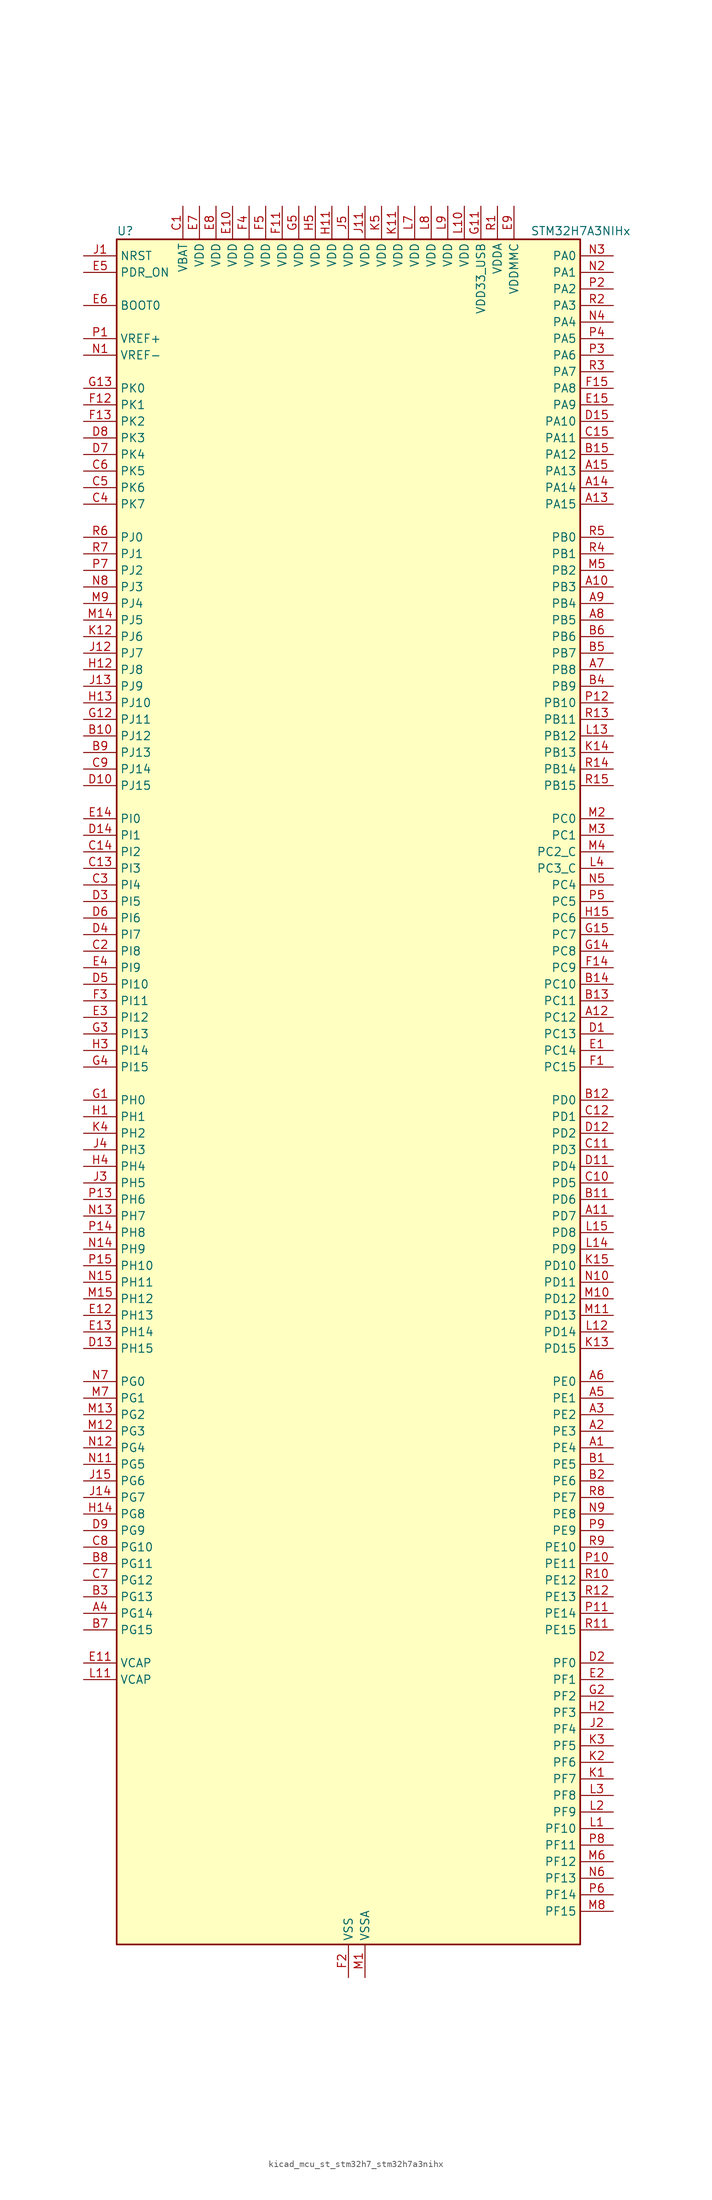
<source format=kicad_sym>
(kicad_symbol_lib
  (version 20220914)
  (generator kicad_symbol_editor)
  (symbol "kicad_mcu_st_stm32h7_stm32h7a3nihx"
    (property "Reference" "U"
      (at -35.56 133.35 0)
      (effects (font (size 1.27 1.27)) (justify left)))
    (property "Value" "STM32H7A3NIHx"
      (at 27.94 133.35 0)
      (effects (font (size 1.27 1.27)) (justify left)))
    (property "ki_locked" ""
      (at 0 0 0)
      (effects (font (size 1.27 1.27))))
    (symbol "kicad_mcu_st_stm32h7_stm32h7a3nihx_0_1"
      (rectangle (start -35.56 -129.54) (end 35.56 132.08) (stroke (width 0.254) (type default)) (fill (type background))))
    (symbol "kicad_mcu_st_stm32h7_stm32h7a3nihx_1_1"
      (pin bidirectional line (at 40.64 -53.34 180) (length 5.08) (name "PE4" (effects (font (size 1.27 1.27)))) (number "A1" (effects (font (size 1.27 1.27)))) (alternate "DCMI_D4" bidirectional line) (alternate "DEBUG_TRACED1" bidirectional line) (alternate "DFSDM1_DATIN3" bidirectional line) (alternate "FMC_A20" bidirectional line) (alternate "LTDC_B0" bidirectional line) (alternate "PSSI_D4" bidirectional line) (alternate "SAI1_D2" bidirectional line) (alternate "SAI1_FS_A" bidirectional line) (alternate "SPI4_NSS" bidirectional line) (alternate "TIM15_CH1N" bidirectional line))
      (pin bidirectional line (at 40.64 78.74 180) (length 5.08) (name "PB3" (effects (font (size 1.27 1.27)))) (number "A10" (effects (font (size 1.27 1.27)))) (alternate "CRS_SYNC" bidirectional line) (alternate "DEBUG_JTDO-SWO" bidirectional line) (alternate "I2S1_CK" bidirectional line) (alternate "I2S3_CK" bidirectional line) (alternate "I2S6_CK" bidirectional line) (alternate "SDMMC2_D2" bidirectional line) (alternate "SPI1_SCK" bidirectional line) (alternate "SPI3_SCK" bidirectional line) (alternate "SPI6_SCK" bidirectional line) (alternate "TIM2_CH2" bidirectional line) (alternate "UART7_RX" bidirectional line))
      (pin bidirectional line (at 40.64 -17.78 180) (length 5.08) (name "PD7" (effects (font (size 1.27 1.27)))) (number "A11" (effects (font (size 1.27 1.27)))) (alternate "DFSDM1_CKIN1" bidirectional line) (alternate "DFSDM1_DATIN4" bidirectional line) (alternate "FMC_NE1" bidirectional line) (alternate "I2S1_SDO" bidirectional line) (alternate "OCTOSPIM_P1_IO7" bidirectional line) (alternate "SDMMC2_CMD" bidirectional line) (alternate "SPDIFRX_IN0" bidirectional line) (alternate "SPI1_MOSI" bidirectional line) (alternate "USART2_CK" bidirectional line))
      (pin bidirectional line (at 40.64 12.7 180) (length 5.08) (name "PC12" (effects (font (size 1.27 1.27)))) (number "A12" (effects (font (size 1.27 1.27)))) (alternate "DCMI_D9" bidirectional line) (alternate "DEBUG_TRACED3" bidirectional line) (alternate "DFSDM2_CKOUT" bidirectional line) (alternate "I2S3_SDO" bidirectional line) (alternate "I2S6_CK" bidirectional line) (alternate "LTDC_R6" bidirectional line) (alternate "PSSI_D9" bidirectional line) (alternate "SDMMC1_CK" bidirectional line) (alternate "SPI3_MOSI" bidirectional line) (alternate "SPI6_SCK" bidirectional line) (alternate "TIM15_CH1" bidirectional line) (alternate "UART5_TX" bidirectional line) (alternate "USART3_CK" bidirectional line))
      (pin bidirectional line (at 40.64 91.44 180) (length 5.08) (name "PA15" (effects (font (size 1.27 1.27)))) (number "A13" (effects (font (size 1.27 1.27)))) (alternate "ADC1_EXTI15" bidirectional line) (alternate "ADC2_EXTI15" bidirectional line) (alternate "CEC" bidirectional line) (alternate "DEBUG_JTDI" bidirectional line) (alternate "I2S1_WS" bidirectional line) (alternate "I2S3_WS" bidirectional line) (alternate "I2S6_WS" bidirectional line) (alternate "LTDC_B6" bidirectional line) (alternate "LTDC_R3" bidirectional line) (alternate "SPI1_NSS" bidirectional line) (alternate "SPI3_NSS" bidirectional line) (alternate "SPI6_NSS" bidirectional line) (alternate "TIM2_CH1" bidirectional line) (alternate "TIM2_ETR" bidirectional line) (alternate "UART4_DE" bidirectional line) (alternate "UART4_RTS" bidirectional line) (alternate "UART7_TX" bidirectional line))
      (pin bidirectional line (at 40.64 93.98 180) (length 5.08) (name "PA14" (effects (font (size 1.27 1.27)))) (number "A14" (effects (font (size 1.27 1.27)))) (alternate "DEBUG_JTCK-SWCLK" bidirectional line))
      (pin bidirectional line (at 40.64 96.52 180) (length 5.08) (name "PA13" (effects (font (size 1.27 1.27)))) (number "A15" (effects (font (size 1.27 1.27)))) (alternate "DEBUG_JTMS-SWDIO" bidirectional line))
      (pin bidirectional line (at 40.64 -50.8 180) (length 5.08) (name "PE3" (effects (font (size 1.27 1.27)))) (number "A2" (effects (font (size 1.27 1.27)))) (alternate "DEBUG_TRACED0" bidirectional line) (alternate "FMC_A19" bidirectional line) (alternate "SAI1_SD_B" bidirectional line) (alternate "TIM15_BKIN" bidirectional line) (alternate "USART10_TX" bidirectional line))
      (pin bidirectional line (at 40.64 -48.26 180) (length 5.08) (name "PE2" (effects (font (size 1.27 1.27)))) (number "A3" (effects (font (size 1.27 1.27)))) (alternate "DEBUG_TRACECLK" bidirectional line) (alternate "FMC_A23" bidirectional line) (alternate "OCTOSPIM_P1_IO2" bidirectional line) (alternate "SAI1_CK1" bidirectional line) (alternate "SAI1_MCLK_A" bidirectional line) (alternate "SPI4_SCK" bidirectional line) (alternate "USART10_RX" bidirectional line))
      (pin bidirectional line (at -40.64 -78.74 0) (length 5.08) (name "PG14" (effects (font (size 1.27 1.27)))) (number "A4" (effects (font (size 1.27 1.27)))) (alternate "DEBUG_TRACED1" bidirectional line) (alternate "FMC_A25" bidirectional line) (alternate "I2S6_SDO" bidirectional line) (alternate "LPTIM1_ETR" bidirectional line) (alternate "LTDC_B0" bidirectional line) (alternate "OCTOSPIM_P1_IO7" bidirectional line) (alternate "SDMMC2_D7" bidirectional line) (alternate "SPI6_MOSI" bidirectional line) (alternate "USART10_DE" bidirectional line) (alternate "USART10_RTS" bidirectional line) (alternate "USART6_TX" bidirectional line))
      (pin bidirectional line (at 40.64 -45.72 180) (length 5.08) (name "PE1" (effects (font (size 1.27 1.27)))) (number "A5" (effects (font (size 1.27 1.27)))) (alternate "DCMI_D3" bidirectional line) (alternate "FMC_NBL1" bidirectional line) (alternate "LPTIM1_IN2" bidirectional line) (alternate "LTDC_R6" bidirectional line) (alternate "PSSI_D3" bidirectional line) (alternate "UART8_TX" bidirectional line))
      (pin bidirectional line (at 40.64 -43.18 180) (length 5.08) (name "PE0" (effects (font (size 1.27 1.27)))) (number "A6" (effects (font (size 1.27 1.27)))) (alternate "DCMI_D2" bidirectional line) (alternate "FMC_NBL0" bidirectional line) (alternate "LPTIM1_ETR" bidirectional line) (alternate "LPTIM2_ETR" bidirectional line) (alternate "LTDC_R0" bidirectional line) (alternate "PSSI_D2" bidirectional line) (alternate "SAI2_MCLK_A" bidirectional line) (alternate "TIM4_ETR" bidirectional line) (alternate "UART8_RX" bidirectional line))
      (pin bidirectional line (at 40.64 66.04 180) (length 5.08) (name "PB8" (effects (font (size 1.27 1.27)))) (number "A7" (effects (font (size 1.27 1.27)))) (alternate "DCMI_D6" bidirectional line) (alternate "DFSDM1_CKIN7" bidirectional line) (alternate "FDCAN1_RX" bidirectional line) (alternate "I2C1_SCL" bidirectional line) (alternate "I2C4_SCL" bidirectional line) (alternate "LTDC_B6" bidirectional line) (alternate "PSSI_D6" bidirectional line) (alternate "SDMMC1_CKIN" bidirectional line) (alternate "SDMMC1_D4" bidirectional line) (alternate "SDMMC2_D4" bidirectional line) (alternate "TIM16_CH1" bidirectional line) (alternate "TIM4_CH3" bidirectional line) (alternate "UART4_RX" bidirectional line))
      (pin bidirectional line (at 40.64 73.66 180) (length 5.08) (name "PB5" (effects (font (size 1.27 1.27)))) (number "A8" (effects (font (size 1.27 1.27)))) (alternate "DCMI_D10" bidirectional line) (alternate "FDCAN2_RX" bidirectional line) (alternate "FMC_SDCKE1" bidirectional line) (alternate "I2C1_SMBA" bidirectional line) (alternate "I2C4_SMBA" bidirectional line) (alternate "I2S1_SDO" bidirectional line) (alternate "I2S3_SDO" bidirectional line) (alternate "I2S6_SDO" bidirectional line) (alternate "LTDC_B5" bidirectional line) (alternate "PSSI_D10" bidirectional line) (alternate "SPI1_MOSI" bidirectional line) (alternate "SPI3_MOSI" bidirectional line) (alternate "SPI6_MOSI" bidirectional line) (alternate "TIM17_BKIN" bidirectional line) (alternate "TIM3_CH2" bidirectional line) (alternate "UART5_RX" bidirectional line) (alternate "USB_OTG_HS_ULPI_D7" bidirectional line))
      (pin bidirectional line (at 40.64 76.2 180) (length 5.08) (name "PB4" (effects (font (size 1.27 1.27)))) (number "A9" (effects (font (size 1.27 1.27)))) (alternate "DEBUG_JTRST" bidirectional line) (alternate "I2S1_SDI" bidirectional line) (alternate "I2S2_WS" bidirectional line) (alternate "I2S3_SDI" bidirectional line) (alternate "I2S6_SDI" bidirectional line) (alternate "SDMMC2_D3" bidirectional line) (alternate "SPI1_MISO" bidirectional line) (alternate "SPI2_NSS" bidirectional line) (alternate "SPI3_MISO" bidirectional line) (alternate "SPI6_MISO" bidirectional line) (alternate "TIM16_BKIN" bidirectional line) (alternate "TIM3_CH1" bidirectional line) (alternate "UART7_TX" bidirectional line))
      (pin bidirectional line (at 40.64 -55.88 180) (length 5.08) (name "PE5" (effects (font (size 1.27 1.27)))) (number "B1" (effects (font (size 1.27 1.27)))) (alternate "DCMI_D6" bidirectional line) (alternate "DEBUG_TRACED2" bidirectional line) (alternate "DFSDM1_CKIN3" bidirectional line) (alternate "FMC_A21" bidirectional line) (alternate "LTDC_G0" bidirectional line) (alternate "PSSI_D6" bidirectional line) (alternate "SAI1_CK2" bidirectional line) (alternate "SAI1_SCK_A" bidirectional line) (alternate "SPI4_MISO" bidirectional line) (alternate "TIM15_CH1" bidirectional line))
      (pin bidirectional line (at -40.64 55.88 0) (length 5.08) (name "PJ12" (effects (font (size 1.27 1.27)))) (number "B10" (effects (font (size 1.27 1.27)))) (alternate "DEBUG_TRGOUT" bidirectional line) (alternate "LTDC_B0" bidirectional line) (alternate "LTDC_G3" bidirectional line))
      (pin bidirectional line (at 40.64 -15.24 180) (length 5.08) (name "PD6" (effects (font (size 1.27 1.27)))) (number "B11" (effects (font (size 1.27 1.27)))) (alternate "DCMI_D10" bidirectional line) (alternate "DFSDM1_CKIN4" bidirectional line) (alternate "DFSDM1_DATIN1" bidirectional line) (alternate "FMC_NWAIT" bidirectional line) (alternate "I2S3_SDO" bidirectional line) (alternate "LTDC_B2" bidirectional line) (alternate "OCTOSPIM_P1_IO6" bidirectional line) (alternate "PSSI_D10" bidirectional line) (alternate "SAI1_D1" bidirectional line) (alternate "SAI1_SD_A" bidirectional line) (alternate "SDMMC2_CK" bidirectional line) (alternate "SPI3_MOSI" bidirectional line) (alternate "USART2_RX" bidirectional line))
      (pin bidirectional line (at 40.64 0 180) (length 5.08) (name "PD0" (effects (font (size 1.27 1.27)))) (number "B12" (effects (font (size 1.27 1.27)))) (alternate "DFSDM1_CKIN6" bidirectional line) (alternate "FDCAN1_RX" bidirectional line) (alternate "FMC_D2" bidirectional line) (alternate "FMC_DA2" bidirectional line) (alternate "LTDC_B1" bidirectional line) (alternate "UART4_RX" bidirectional line) (alternate "UART9_CTS" bidirectional line))
      (pin bidirectional line (at 40.64 15.24 180) (length 5.08) (name "PC11" (effects (font (size 1.27 1.27)))) (number "B13" (effects (font (size 1.27 1.27)))) (alternate "ADC1_EXTI11" bidirectional line) (alternate "ADC2_EXTI11" bidirectional line) (alternate "DCMI_D4" bidirectional line) (alternate "DFSDM1_DATIN5" bidirectional line) (alternate "DFSDM2_DATIN0" bidirectional line) (alternate "I2S3_SDI" bidirectional line) (alternate "LTDC_B4" bidirectional line) (alternate "OCTOSPIM_P1_NCS" bidirectional line) (alternate "PSSI_D4" bidirectional line) (alternate "SDMMC1_D3" bidirectional line) (alternate "SPI3_MISO" bidirectional line) (alternate "UART4_RX" bidirectional line) (alternate "USART3_RX" bidirectional line))
      (pin bidirectional line (at 40.64 17.78 180) (length 5.08) (name "PC10" (effects (font (size 1.27 1.27)))) (number "B14" (effects (font (size 1.27 1.27)))) (alternate "DCMI_D8" bidirectional line) (alternate "DFSDM1_CKIN5" bidirectional line) (alternate "DFSDM2_CKIN0" bidirectional line) (alternate "I2S3_CK" bidirectional line) (alternate "LTDC_B1" bidirectional line) (alternate "LTDC_R2" bidirectional line) (alternate "OCTOSPIM_P1_IO1" bidirectional line) (alternate "PSSI_D8" bidirectional line) (alternate "SDMMC1_D2" bidirectional line) (alternate "SPI3_SCK" bidirectional line) (alternate "SWPMI1_RX" bidirectional line) (alternate "UART4_TX" bidirectional line) (alternate "USART3_TX" bidirectional line))
      (pin bidirectional line (at 40.64 99.06 180) (length 5.08) (name "PA12" (effects (font (size 1.27 1.27)))) (number "B15" (effects (font (size 1.27 1.27)))) (alternate "FDCAN1_TX" bidirectional line) (alternate "I2S2_CK" bidirectional line) (alternate "LPUART1_DE" bidirectional line) (alternate "LPUART1_RTS" bidirectional line) (alternate "LTDC_R5" bidirectional line) (alternate "SAI2_FS_B" bidirectional line) (alternate "SPI2_SCK" bidirectional line) (alternate "TIM1_ETR" bidirectional line) (alternate "UART4_TX" bidirectional line) (alternate "USART1_DE" bidirectional line) (alternate "USART1_RTS" bidirectional line) (alternate "USB_OTG_HS_DP" bidirectional line))
      (pin bidirectional line (at 40.64 -58.42 180) (length 5.08) (name "PE6" (effects (font (size 1.27 1.27)))) (number "B2" (effects (font (size 1.27 1.27)))) (alternate "DCMI_D7" bidirectional line) (alternate "DEBUG_TRACED3" bidirectional line) (alternate "FMC_A22" bidirectional line) (alternate "LTDC_G1" bidirectional line) (alternate "PSSI_D7" bidirectional line) (alternate "SAI1_D1" bidirectional line) (alternate "SAI1_SD_A" bidirectional line) (alternate "SAI2_MCLK_B" bidirectional line) (alternate "SPI4_MOSI" bidirectional line) (alternate "TIM15_CH2" bidirectional line) (alternate "TIM1_BKIN2" bidirectional line) (alternate "TIM1_BKIN2_COMP1" bidirectional line) (alternate "TIM1_BKIN2_COMP2" bidirectional line))
      (pin bidirectional line (at -40.64 -76.2 0) (length 5.08) (name "PG13" (effects (font (size 1.27 1.27)))) (number "B3" (effects (font (size 1.27 1.27)))) (alternate "DEBUG_TRACED0" bidirectional line) (alternate "FMC_A24" bidirectional line) (alternate "I2S6_CK" bidirectional line) (alternate "LPTIM1_OUT" bidirectional line) (alternate "LTDC_R0" bidirectional line) (alternate "SDMMC2_D6" bidirectional line) (alternate "SPI6_SCK" bidirectional line) (alternate "USART10_CTS" bidirectional line) (alternate "USART10_NSS" bidirectional line) (alternate "USART6_CTS" bidirectional line) (alternate "USART6_NSS" bidirectional line))
      (pin bidirectional line (at 40.64 63.5 180) (length 5.08) (name "PB9" (effects (font (size 1.27 1.27)))) (number "B4" (effects (font (size 1.27 1.27)))) (alternate "DAC1_EXTI9" bidirectional line) (alternate "DCMI_D7" bidirectional line) (alternate "DFSDM1_DATIN7" bidirectional line) (alternate "FDCAN1_TX" bidirectional line) (alternate "I2C1_SDA" bidirectional line) (alternate "I2C4_SDA" bidirectional line) (alternate "I2C4_SMBA" bidirectional line) (alternate "I2S2_WS" bidirectional line) (alternate "LTDC_B7" bidirectional line) (alternate "PSSI_D7" bidirectional line) (alternate "SDMMC1_CDIR" bidirectional line) (alternate "SDMMC1_D5" bidirectional line) (alternate "SDMMC2_D5" bidirectional line) (alternate "SPI2_NSS" bidirectional line) (alternate "TIM17_CH1" bidirectional line) (alternate "TIM4_CH4" bidirectional line) (alternate "UART4_TX" bidirectional line))
      (pin bidirectional line (at 40.64 68.58 180) (length 5.08) (name "PB7" (effects (font (size 1.27 1.27)))) (number "B5" (effects (font (size 1.27 1.27)))) (alternate "DCMI_VSYNC" bidirectional line) (alternate "DFSDM1_CKIN5" bidirectional line) (alternate "FMC_NL" bidirectional line) (alternate "I2C1_SDA" bidirectional line) (alternate "I2C4_SDA" bidirectional line) (alternate "LPUART1_RX" bidirectional line) (alternate "PSSI_RDY" bidirectional line) (alternate "PWR_PVD_IN" bidirectional line) (alternate "TIM17_CH1N" bidirectional line) (alternate "TIM4_CH2" bidirectional line) (alternate "USART1_RX" bidirectional line))
      (pin bidirectional line (at 40.64 71.12 180) (length 5.08) (name "PB6" (effects (font (size 1.27 1.27)))) (number "B6" (effects (font (size 1.27 1.27)))) (alternate "CEC" bidirectional line) (alternate "DCMI_D5" bidirectional line) (alternate "DFSDM1_DATIN5" bidirectional line) (alternate "FDCAN2_TX" bidirectional line) (alternate "FMC_SDNE1" bidirectional line) (alternate "I2C1_SCL" bidirectional line) (alternate "I2C4_SCL" bidirectional line) (alternate "LPUART1_TX" bidirectional line) (alternate "OCTOSPIM_P1_NCS" bidirectional line) (alternate "PSSI_D5" bidirectional line) (alternate "TIM16_CH1N" bidirectional line) (alternate "TIM4_CH1" bidirectional line) (alternate "UART5_TX" bidirectional line) (alternate "USART1_TX" bidirectional line))
      (pin bidirectional line (at -40.64 -81.28 0) (length 5.08) (name "PG15" (effects (font (size 1.27 1.27)))) (number "B7" (effects (font (size 1.27 1.27)))) (alternate "ADC1_EXTI15" bidirectional line) (alternate "ADC2_EXTI15" bidirectional line) (alternate "DCMI_D13" bidirectional line) (alternate "FMC_SDNCAS" bidirectional line) (alternate "OCTOSPIM_P2_DQS" bidirectional line) (alternate "PSSI_D13" bidirectional line) (alternate "USART10_CK" bidirectional line) (alternate "USART6_CTS" bidirectional line) (alternate "USART6_NSS" bidirectional line))
      (pin bidirectional line (at -40.64 -71.12 0) (length 5.08) (name "PG11" (effects (font (size 1.27 1.27)))) (number "B8" (effects (font (size 1.27 1.27)))) (alternate "ADC1_EXTI11" bidirectional line) (alternate "ADC2_EXTI11" bidirectional line) (alternate "DCMI_D3" bidirectional line) (alternate "I2S1_CK" bidirectional line) (alternate "LPTIM1_IN2" bidirectional line) (alternate "LTDC_B3" bidirectional line) (alternate "OCTOSPIM_P2_IO7" bidirectional line) (alternate "PSSI_D3" bidirectional line) (alternate "SDMMC2_D2" bidirectional line) (alternate "SPDIFRX_IN0" bidirectional line) (alternate "SPI1_SCK" bidirectional line) (alternate "USART10_RX" bidirectional line))
      (pin bidirectional line (at -40.64 53.34 0) (length 5.08) (name "PJ13" (effects (font (size 1.27 1.27)))) (number "B9" (effects (font (size 1.27 1.27)))) (alternate "LTDC_B1" bidirectional line) (alternate "LTDC_B4" bidirectional line))
      (pin power_in line (at -25.4 137.16 270) (length 5.08) (name "VBAT" (effects (font (size 1.27 1.27)))) (number "C1" (effects (font (size 1.27 1.27)))))
      (pin bidirectional line (at 40.64 -12.7 180) (length 5.08) (name "PD5" (effects (font (size 1.27 1.27)))) (number "C10" (effects (font (size 1.27 1.27)))) (alternate "FMC_NWE" bidirectional line) (alternate "OCTOSPIM_P1_IO5" bidirectional line) (alternate "USART2_TX" bidirectional line))
      (pin bidirectional line (at 40.64 -7.62 180) (length 5.08) (name "PD3" (effects (font (size 1.27 1.27)))) (number "C11" (effects (font (size 1.27 1.27)))) (alternate "DCMI_D5" bidirectional line) (alternate "DFSDM1_CKOUT" bidirectional line) (alternate "FMC_CLK" bidirectional line) (alternate "I2S2_CK" bidirectional line) (alternate "LTDC_G7" bidirectional line) (alternate "PSSI_D5" bidirectional line) (alternate "SPI2_SCK" bidirectional line) (alternate "USART2_CTS" bidirectional line) (alternate "USART2_NSS" bidirectional line))
      (pin bidirectional line (at 40.64 -2.54 180) (length 5.08) (name "PD1" (effects (font (size 1.27 1.27)))) (number "C12" (effects (font (size 1.27 1.27)))) (alternate "DFSDM1_DATIN6" bidirectional line) (alternate "FDCAN1_TX" bidirectional line) (alternate "FMC_D3" bidirectional line) (alternate "FMC_DA3" bidirectional line) (alternate "UART4_TX" bidirectional line))
      (pin bidirectional line (at -40.64 35.56 0) (length 5.08) (name "PI3" (effects (font (size 1.27 1.27)))) (number "C13" (effects (font (size 1.27 1.27)))) (alternate "DCMI_D10" bidirectional line) (alternate "FMC_D27" bidirectional line) (alternate "I2S2_SDO" bidirectional line) (alternate "PSSI_D10" bidirectional line) (alternate "SPI2_MOSI" bidirectional line) (alternate "TIM8_ETR" bidirectional line))
      (pin bidirectional line (at -40.64 38.1 0) (length 5.08) (name "PI2" (effects (font (size 1.27 1.27)))) (number "C14" (effects (font (size 1.27 1.27)))) (alternate "DCMI_D9" bidirectional line) (alternate "FMC_D26" bidirectional line) (alternate "I2S2_SDI" bidirectional line) (alternate "LTDC_G7" bidirectional line) (alternate "PSSI_D9" bidirectional line) (alternate "SPI2_MISO" bidirectional line) (alternate "TIM8_CH4" bidirectional line))
      (pin bidirectional line (at 40.64 101.6 180) (length 5.08) (name "PA11" (effects (font (size 1.27 1.27)))) (number "C15" (effects (font (size 1.27 1.27)))) (alternate "ADC1_EXTI11" bidirectional line) (alternate "ADC2_EXTI11" bidirectional line) (alternate "FDCAN1_RX" bidirectional line) (alternate "I2S2_WS" bidirectional line) (alternate "LPUART1_CTS" bidirectional line) (alternate "LTDC_R4" bidirectional line) (alternate "SPI2_NSS" bidirectional line) (alternate "TIM1_CH4" bidirectional line) (alternate "UART4_RX" bidirectional line) (alternate "USART1_CTS" bidirectional line) (alternate "USART1_NSS" bidirectional line) (alternate "USB_OTG_HS_DM" bidirectional line))
      (pin bidirectional line (at -40.64 22.86 0) (length 5.08) (name "PI8" (effects (font (size 1.27 1.27)))) (number "C2" (effects (font (size 1.27 1.27)))) (alternate "PWR_WKUP3" bidirectional line) (alternate "RTC_OUT_ALARM" bidirectional line) (alternate "RTC_TAMP2" bidirectional line))
      (pin bidirectional line (at -40.64 33.02 0) (length 5.08) (name "PI4" (effects (font (size 1.27 1.27)))) (number "C3" (effects (font (size 1.27 1.27)))) (alternate "DCMI_D5" bidirectional line) (alternate "FMC_NBL2" bidirectional line) (alternate "LTDC_B4" bidirectional line) (alternate "PSSI_D5" bidirectional line) (alternate "SAI2_MCLK_A" bidirectional line) (alternate "TIM8_BKIN" bidirectional line) (alternate "TIM8_BKIN_COMP1" bidirectional line) (alternate "TIM8_BKIN_COMP2" bidirectional line))
      (pin bidirectional line (at -40.64 91.44 0) (length 5.08) (name "PK7" (effects (font (size 1.27 1.27)))) (number "C4" (effects (font (size 1.27 1.27)))) (alternate "LTDC_DE" bidirectional line))
      (pin bidirectional line (at -40.64 93.98 0) (length 5.08) (name "PK6" (effects (font (size 1.27 1.27)))) (number "C5" (effects (font (size 1.27 1.27)))) (alternate "LTDC_B7" bidirectional line) (alternate "OCTOSPIM_P2_DQS" bidirectional line))
      (pin bidirectional line (at -40.64 96.52 0) (length 5.08) (name "PK5" (effects (font (size 1.27 1.27)))) (number "C6" (effects (font (size 1.27 1.27)))) (alternate "LTDC_B6" bidirectional line) (alternate "OCTOSPIM_P2_NCS" bidirectional line))
      (pin bidirectional line (at -40.64 -73.66 0) (length 5.08) (name "PG12" (effects (font (size 1.27 1.27)))) (number "C7" (effects (font (size 1.27 1.27)))) (alternate "FMC_NE4" bidirectional line) (alternate "I2S6_SDI" bidirectional line) (alternate "LPTIM1_IN1" bidirectional line) (alternate "LTDC_B1" bidirectional line) (alternate "LTDC_B4" bidirectional line) (alternate "OCTOSPIM_P2_NCS" bidirectional line) (alternate "SDMMC2_D3" bidirectional line) (alternate "SPDIFRX_IN1" bidirectional line) (alternate "SPI6_MISO" bidirectional line) (alternate "USART10_TX" bidirectional line) (alternate "USART6_DE" bidirectional line) (alternate "USART6_RTS" bidirectional line))
      (pin bidirectional line (at -40.64 -68.58 0) (length 5.08) (name "PG10" (effects (font (size 1.27 1.27)))) (number "C8" (effects (font (size 1.27 1.27)))) (alternate "DCMI_D2" bidirectional line) (alternate "FMC_NE3" bidirectional line) (alternate "I2S1_WS" bidirectional line) (alternate "LTDC_B2" bidirectional line) (alternate "LTDC_G3" bidirectional line) (alternate "OCTOSPIM_P2_IO6" bidirectional line) (alternate "PSSI_D2" bidirectional line) (alternate "SAI2_SD_B" bidirectional line) (alternate "SDMMC2_D1" bidirectional line) (alternate "SPI1_NSS" bidirectional line))
      (pin bidirectional line (at -40.64 50.8 0) (length 5.08) (name "PJ14" (effects (font (size 1.27 1.27)))) (number "C9" (effects (font (size 1.27 1.27)))) (alternate "LTDC_B2" bidirectional line))
      (pin bidirectional line (at 40.64 10.16 180) (length 5.08) (name "PC13" (effects (font (size 1.27 1.27)))) (number "D1" (effects (font (size 1.27 1.27)))) (alternate "PWR_WKUP4" bidirectional line) (alternate "RTC_OUT_ALARM" bidirectional line) (alternate "RTC_OUT_CALIB" bidirectional line) (alternate "RTC_TAMP1" bidirectional line) (alternate "RTC_TS" bidirectional line))
      (pin bidirectional line (at -40.64 48.26 0) (length 5.08) (name "PJ15" (effects (font (size 1.27 1.27)))) (number "D10" (effects (font (size 1.27 1.27)))) (alternate "ADC1_EXTI15" bidirectional line) (alternate "ADC2_EXTI15" bidirectional line) (alternate "LTDC_B3" bidirectional line))
      (pin bidirectional line (at 40.64 -10.16 180) (length 5.08) (name "PD4" (effects (font (size 1.27 1.27)))) (number "D11" (effects (font (size 1.27 1.27)))) (alternate "FMC_NOE" bidirectional line) (alternate "OCTOSPIM_P1_IO4" bidirectional line) (alternate "USART2_DE" bidirectional line) (alternate "USART2_RTS" bidirectional line))
      (pin bidirectional line (at 40.64 -5.08 180) (length 5.08) (name "PD2" (effects (font (size 1.27 1.27)))) (number "D12" (effects (font (size 1.27 1.27)))) (alternate "DCMI_D11" bidirectional line) (alternate "DEBUG_TRACED2" bidirectional line) (alternate "LTDC_B2" bidirectional line) (alternate "LTDC_B7" bidirectional line) (alternate "PSSI_D11" bidirectional line) (alternate "SDMMC1_CMD" bidirectional line) (alternate "TIM15_BKIN" bidirectional line) (alternate "TIM3_ETR" bidirectional line) (alternate "UART5_RX" bidirectional line))
      (pin bidirectional line (at -40.64 -38.1 0) (length 5.08) (name "PH15" (effects (font (size 1.27 1.27)))) (number "D13" (effects (font (size 1.27 1.27)))) (alternate "ADC1_EXTI15" bidirectional line) (alternate "ADC2_EXTI15" bidirectional line) (alternate "DCMI_D11" bidirectional line) (alternate "FMC_D23" bidirectional line) (alternate "LTDC_G4" bidirectional line) (alternate "PSSI_D11" bidirectional line) (alternate "TIM8_CH3N" bidirectional line))
      (pin bidirectional line (at -40.64 40.64 0) (length 5.08) (name "PI1" (effects (font (size 1.27 1.27)))) (number "D14" (effects (font (size 1.27 1.27)))) (alternate "DCMI_D8" bidirectional line) (alternate "FMC_D25" bidirectional line) (alternate "I2S2_CK" bidirectional line) (alternate "LTDC_G6" bidirectional line) (alternate "PSSI_D8" bidirectional line) (alternate "SPI2_SCK" bidirectional line) (alternate "TIM8_BKIN2" bidirectional line) (alternate "TIM8_BKIN2_COMP1" bidirectional line) (alternate "TIM8_BKIN2_COMP2" bidirectional line))
      (pin bidirectional line (at 40.64 104.14 180) (length 5.08) (name "PA10" (effects (font (size 1.27 1.27)))) (number "D15" (effects (font (size 1.27 1.27)))) (alternate "DCMI_D1" bidirectional line) (alternate "LPUART1_RX" bidirectional line) (alternate "LTDC_B1" bidirectional line) (alternate "LTDC_B4" bidirectional line) (alternate "MDIOS_MDIO" bidirectional line) (alternate "PSSI_D1" bidirectional line) (alternate "TIM1_CH3" bidirectional line) (alternate "USART1_RX" bidirectional line) (alternate "USB_OTG_HS_ID" bidirectional line))
      (pin bidirectional line (at 40.64 -86.36 180) (length 5.08) (name "PF0" (effects (font (size 1.27 1.27)))) (number "D2" (effects (font (size 1.27 1.27)))) (alternate "FMC_A0" bidirectional line) (alternate "I2C2_SDA" bidirectional line) (alternate "OCTOSPIM_P2_IO0" bidirectional line))
      (pin bidirectional line (at -40.64 30.48 0) (length 5.08) (name "PI5" (effects (font (size 1.27 1.27)))) (number "D3" (effects (font (size 1.27 1.27)))) (alternate "DCMI_VSYNC" bidirectional line) (alternate "FMC_NBL3" bidirectional line) (alternate "LTDC_B5" bidirectional line) (alternate "PSSI_RDY" bidirectional line) (alternate "SAI2_SCK_A" bidirectional line) (alternate "TIM8_CH1" bidirectional line))
      (pin bidirectional line (at -40.64 25.4 0) (length 5.08) (name "PI7" (effects (font (size 1.27 1.27)))) (number "D4" (effects (font (size 1.27 1.27)))) (alternate "DCMI_D7" bidirectional line) (alternate "FMC_D29" bidirectional line) (alternate "LTDC_B7" bidirectional line) (alternate "PSSI_D7" bidirectional line) (alternate "SAI2_FS_A" bidirectional line) (alternate "TIM8_CH3" bidirectional line))
      (pin bidirectional line (at -40.64 17.78 0) (length 5.08) (name "PI10" (effects (font (size 1.27 1.27)))) (number "D5" (effects (font (size 1.27 1.27)))) (alternate "FMC_D31" bidirectional line) (alternate "LTDC_HSYNC" bidirectional line) (alternate "OCTOSPIM_P2_IO1" bidirectional line) (alternate "PSSI_D14" bidirectional line))
      (pin bidirectional line (at -40.64 27.94 0) (length 5.08) (name "PI6" (effects (font (size 1.27 1.27)))) (number "D6" (effects (font (size 1.27 1.27)))) (alternate "DCMI_D6" bidirectional line) (alternate "FMC_D28" bidirectional line) (alternate "LTDC_B6" bidirectional line) (alternate "PSSI_D6" bidirectional line) (alternate "SAI2_SD_A" bidirectional line) (alternate "TIM8_CH2" bidirectional line))
      (pin bidirectional line (at -40.64 99.06 0) (length 5.08) (name "PK4" (effects (font (size 1.27 1.27)))) (number "D7" (effects (font (size 1.27 1.27)))) (alternate "LTDC_B5" bidirectional line) (alternate "OCTOSPIM_P2_IO7" bidirectional line))
      (pin bidirectional line (at -40.64 101.6 0) (length 5.08) (name "PK3" (effects (font (size 1.27 1.27)))) (number "D8" (effects (font (size 1.27 1.27)))) (alternate "LTDC_B4" bidirectional line) (alternate "OCTOSPIM_P2_IO6" bidirectional line))
      (pin bidirectional line (at -40.64 -66.04 0) (length 5.08) (name "PG9" (effects (font (size 1.27 1.27)))) (number "D9" (effects (font (size 1.27 1.27)))) (alternate "DAC1_EXTI9" bidirectional line) (alternate "DCMI_VSYNC" bidirectional line) (alternate "FMC_NCE" bidirectional line) (alternate "FMC_NE2" bidirectional line) (alternate "I2S1_SDI" bidirectional line) (alternate "OCTOSPIM_P1_IO6" bidirectional line) (alternate "PSSI_RDY" bidirectional line) (alternate "SAI2_FS_B" bidirectional line) (alternate "SDMMC2_D0" bidirectional line) (alternate "SPDIFRX_IN3" bidirectional line) (alternate "SPI1_MISO" bidirectional line) (alternate "USART6_RX" bidirectional line))
      (pin bidirectional line (at 40.64 7.62 180) (length 5.08) (name "PC14" (effects (font (size 1.27 1.27)))) (number "E1" (effects (font (size 1.27 1.27)))) (alternate "RCC_OSC32_IN" bidirectional line))
      (pin power_in line (at -17.78 137.16 270) (length 5.08) (name "VDD" (effects (font (size 1.27 1.27)))) (number "E10" (effects (font (size 1.27 1.27)))))
      (pin power_out line (at -40.64 -86.36 0) (length 5.08) (name "VCAP" (effects (font (size 1.27 1.27)))) (number "E11" (effects (font (size 1.27 1.27)))))
      (pin bidirectional line (at -40.64 -33.02 0) (length 5.08) (name "PH13" (effects (font (size 1.27 1.27)))) (number "E12" (effects (font (size 1.27 1.27)))) (alternate "FDCAN1_TX" bidirectional line) (alternate "FMC_D21" bidirectional line) (alternate "LTDC_G2" bidirectional line) (alternate "TIM8_CH1N" bidirectional line) (alternate "UART4_TX" bidirectional line))
      (pin bidirectional line (at -40.64 -35.56 0) (length 5.08) (name "PH14" (effects (font (size 1.27 1.27)))) (number "E13" (effects (font (size 1.27 1.27)))) (alternate "DCMI_D4" bidirectional line) (alternate "FDCAN1_RX" bidirectional line) (alternate "FMC_D22" bidirectional line) (alternate "LTDC_G3" bidirectional line) (alternate "PSSI_D4" bidirectional line) (alternate "TIM8_CH2N" bidirectional line) (alternate "UART4_RX" bidirectional line))
      (pin bidirectional line (at -40.64 43.18 0) (length 5.08) (name "PI0" (effects (font (size 1.27 1.27)))) (number "E14" (effects (font (size 1.27 1.27)))) (alternate "DCMI_D13" bidirectional line) (alternate "FMC_D24" bidirectional line) (alternate "I2S2_WS" bidirectional line) (alternate "LTDC_G5" bidirectional line) (alternate "PSSI_D13" bidirectional line) (alternate "SPI2_NSS" bidirectional line) (alternate "TIM5_CH4" bidirectional line))
      (pin bidirectional line (at 40.64 106.68 180) (length 5.08) (name "PA9" (effects (font (size 1.27 1.27)))) (number "E15" (effects (font (size 1.27 1.27)))) (alternate "DAC1_EXTI9" bidirectional line) (alternate "DCMI_D0" bidirectional line) (alternate "I2C3_SMBA" bidirectional line) (alternate "I2S2_CK" bidirectional line) (alternate "LPUART1_TX" bidirectional line) (alternate "LTDC_R5" bidirectional line) (alternate "PSSI_D0" bidirectional line) (alternate "SPI2_SCK" bidirectional line) (alternate "TIM1_CH2" bidirectional line) (alternate "USART1_TX" bidirectional line) (alternate "USB_OTG_HS_VBUS" bidirectional line))
      (pin bidirectional line (at 40.64 -88.9 180) (length 5.08) (name "PF1" (effects (font (size 1.27 1.27)))) (number "E2" (effects (font (size 1.27 1.27)))) (alternate "FMC_A1" bidirectional line) (alternate "I2C2_SCL" bidirectional line) (alternate "OCTOSPIM_P2_IO1" bidirectional line))
      (pin bidirectional line (at -40.64 12.7 0) (length 5.08) (name "PI12" (effects (font (size 1.27 1.27)))) (number "E3" (effects (font (size 1.27 1.27)))) (alternate "LTDC_HSYNC" bidirectional line) (alternate "OCTOSPIM_P2_IO3" bidirectional line))
      (pin bidirectional line (at -40.64 20.32 0) (length 5.08) (name "PI9" (effects (font (size 1.27 1.27)))) (number "E4" (effects (font (size 1.27 1.27)))) (alternate "DAC1_EXTI9" bidirectional line) (alternate "FDCAN1_RX" bidirectional line) (alternate "FMC_D30" bidirectional line) (alternate "LTDC_VSYNC" bidirectional line) (alternate "OCTOSPIM_P2_IO0" bidirectional line) (alternate "UART4_RX" bidirectional line))
      (pin input line (at -40.64 127 0) (length 5.08) (name "PDR_ON" (effects (font (size 1.27 1.27)))) (number "E5" (effects (font (size 1.27 1.27)))))
      (pin input line (at -40.64 121.92 0) (length 5.08) (name "BOOT0" (effects (font (size 1.27 1.27)))) (number "E6" (effects (font (size 1.27 1.27)))))
      (pin power_in line (at -22.86 137.16 270) (length 5.08) (name "VDD" (effects (font (size 1.27 1.27)))) (number "E7" (effects (font (size 1.27 1.27)))))
      (pin power_in line (at -20.32 137.16 270) (length 5.08) (name "VDD" (effects (font (size 1.27 1.27)))) (number "E8" (effects (font (size 1.27 1.27)))))
      (pin power_in line (at 25.4 137.16 270) (length 5.08) (name "VDDMMC" (effects (font (size 1.27 1.27)))) (number "E9" (effects (font (size 1.27 1.27)))))
      (pin bidirectional line (at 40.64 5.08 180) (length 5.08) (name "PC15" (effects (font (size 1.27 1.27)))) (number "F1" (effects (font (size 1.27 1.27)))) (alternate "ADC1_EXTI15" bidirectional line) (alternate "ADC2_EXTI15" bidirectional line) (alternate "RCC_OSC32_OUT" bidirectional line))
      (pin passive line (at 0 -134.62 90) (length 5.08) hide (name "VSS" (effects (font (size 1.27 1.27)))) (number "F10" (effects (font (size 1.27 1.27)))))
      (pin power_in line (at -10.16 137.16 270) (length 5.08) (name "VDD" (effects (font (size 1.27 1.27)))) (number "F11" (effects (font (size 1.27 1.27)))))
      (pin bidirectional line (at -40.64 106.68 0) (length 5.08) (name "PK1" (effects (font (size 1.27 1.27)))) (number "F12" (effects (font (size 1.27 1.27)))) (alternate "LTDC_G6" bidirectional line) (alternate "SPI5_NSS" bidirectional line) (alternate "TIM1_CH1" bidirectional line) (alternate "TIM8_CH3N" bidirectional line))
      (pin bidirectional line (at -40.64 104.14 0) (length 5.08) (name "PK2" (effects (font (size 1.27 1.27)))) (number "F13" (effects (font (size 1.27 1.27)))) (alternate "LTDC_G7" bidirectional line) (alternate "TIM1_BKIN" bidirectional line) (alternate "TIM1_BKIN_COMP1" bidirectional line) (alternate "TIM1_BKIN_COMP2" bidirectional line) (alternate "TIM8_BKIN" bidirectional line) (alternate "TIM8_BKIN_COMP1" bidirectional line) (alternate "TIM8_BKIN_COMP2" bidirectional line))
      (pin bidirectional line (at 40.64 20.32 180) (length 5.08) (name "PC9" (effects (font (size 1.27 1.27)))) (number "F14" (effects (font (size 1.27 1.27)))) (alternate "DAC1_EXTI9" bidirectional line) (alternate "DCMI_D3" bidirectional line) (alternate "I2C3_SDA" bidirectional line) (alternate "I2S_CKIN" bidirectional line) (alternate "LTDC_B2" bidirectional line) (alternate "LTDC_G3" bidirectional line) (alternate "OCTOSPIM_P1_IO0" bidirectional line) (alternate "PSSI_D3" bidirectional line) (alternate "RCC_MCO_2" bidirectional line) (alternate "SDMMC1_D1" bidirectional line) (alternate "SWPMI1_SUSPEND" bidirectional line) (alternate "TIM3_CH4" bidirectional line) (alternate "TIM8_CH4" bidirectional line) (alternate "UART5_CTS" bidirectional line))
      (pin bidirectional line (at 40.64 109.22 180) (length 5.08) (name "PA8" (effects (font (size 1.27 1.27)))) (number "F15" (effects (font (size 1.27 1.27)))) (alternate "I2C3_SCL" bidirectional line) (alternate "LTDC_B3" bidirectional line) (alternate "LTDC_R6" bidirectional line) (alternate "RCC_MCO_1" bidirectional line) (alternate "TIM1_CH1" bidirectional line) (alternate "TIM8_BKIN2" bidirectional line) (alternate "TIM8_BKIN2_COMP1" bidirectional line) (alternate "TIM8_BKIN2_COMP2" bidirectional line) (alternate "UART7_RX" bidirectional line) (alternate "USART1_CK" bidirectional line) (alternate "USB_OTG_HS_SOF" bidirectional line))
      (pin power_in line (at 0 -134.62 90) (length 5.08) (name "VSS" (effects (font (size 1.27 1.27)))) (number "F2" (effects (font (size 1.27 1.27)))))
      (pin bidirectional line (at -40.64 15.24 0) (length 5.08) (name "PI11" (effects (font (size 1.27 1.27)))) (number "F3" (effects (font (size 1.27 1.27)))) (alternate "ADC1_EXTI11" bidirectional line) (alternate "ADC2_EXTI11" bidirectional line) (alternate "LTDC_G6" bidirectional line) (alternate "OCTOSPIM_P2_IO2" bidirectional line) (alternate "PSSI_D15" bidirectional line) (alternate "PWR_WKUP5" bidirectional line) (alternate "USB_OTG_HS_ULPI_DIR" bidirectional line))
      (pin power_in line (at -15.24 137.16 270) (length 5.08) (name "VDD" (effects (font (size 1.27 1.27)))) (number "F4" (effects (font (size 1.27 1.27)))))
      (pin power_in line (at -12.7 137.16 270) (length 5.08) (name "VDD" (effects (font (size 1.27 1.27)))) (number "F5" (effects (font (size 1.27 1.27)))))
      (pin passive line (at 0 -134.62 90) (length 5.08) hide (name "VSS" (effects (font (size 1.27 1.27)))) (number "F6" (effects (font (size 1.27 1.27)))))
      (pin passive line (at 0 -134.62 90) (length 5.08) hide (name "VSS" (effects (font (size 1.27 1.27)))) (number "F7" (effects (font (size 1.27 1.27)))))
      (pin passive line (at 0 -134.62 90) (length 5.08) hide (name "VSS" (effects (font (size 1.27 1.27)))) (number "F8" (effects (font (size 1.27 1.27)))))
      (pin passive line (at 0 -134.62 90) (length 5.08) hide (name "VSS" (effects (font (size 1.27 1.27)))) (number "F9" (effects (font (size 1.27 1.27)))))
      (pin bidirectional line (at -40.64 0 0) (length 5.08) (name "PH0" (effects (font (size 1.27 1.27)))) (number "G1" (effects (font (size 1.27 1.27)))) (alternate "RCC_OSC_IN" bidirectional line))
      (pin passive line (at 0 -134.62 90) (length 5.08) hide (name "VSS" (effects (font (size 1.27 1.27)))) (number "G10" (effects (font (size 1.27 1.27)))))
      (pin power_in line (at 20.32 137.16 270) (length 5.08) (name "VDD33_USB" (effects (font (size 1.27 1.27)))) (number "G11" (effects (font (size 1.27 1.27)))))
      (pin bidirectional line (at -40.64 58.42 0) (length 5.08) (name "PJ11" (effects (font (size 1.27 1.27)))) (number "G12" (effects (font (size 1.27 1.27)))) (alternate "ADC1_EXTI11" bidirectional line) (alternate "ADC2_EXTI11" bidirectional line) (alternate "LTDC_G4" bidirectional line) (alternate "SPI5_MISO" bidirectional line) (alternate "TIM1_CH2" bidirectional line) (alternate "TIM8_CH2N" bidirectional line))
      (pin bidirectional line (at -40.64 109.22 0) (length 5.08) (name "PK0" (effects (font (size 1.27 1.27)))) (number "G13" (effects (font (size 1.27 1.27)))) (alternate "LTDC_G5" bidirectional line) (alternate "SPI5_SCK" bidirectional line) (alternate "TIM1_CH1N" bidirectional line) (alternate "TIM8_CH3" bidirectional line))
      (pin bidirectional line (at 40.64 22.86 180) (length 5.08) (name "PC8" (effects (font (size 1.27 1.27)))) (number "G14" (effects (font (size 1.27 1.27)))) (alternate "DCMI_D2" bidirectional line) (alternate "DEBUG_TRACED1" bidirectional line) (alternate "FMC_INT" bidirectional line) (alternate "FMC_NCE" bidirectional line) (alternate "FMC_NE2" bidirectional line) (alternate "PSSI_D2" bidirectional line) (alternate "SDMMC1_D0" bidirectional line) (alternate "SWPMI1_RX" bidirectional line) (alternate "TIM3_CH3" bidirectional line) (alternate "TIM8_CH3" bidirectional line) (alternate "UART5_DE" bidirectional line) (alternate "UART5_RTS" bidirectional line) (alternate "USART6_CK" bidirectional line))
      (pin bidirectional line (at 40.64 25.4 180) (length 5.08) (name "PC7" (effects (font (size 1.27 1.27)))) (number "G15" (effects (font (size 1.27 1.27)))) (alternate "DCMI_D1" bidirectional line) (alternate "DEBUG_TRGIO" bidirectional line) (alternate "DFSDM1_DATIN3" bidirectional line) (alternate "FMC_NE1" bidirectional line) (alternate "I2S3_MCK" bidirectional line) (alternate "LTDC_G6" bidirectional line) (alternate "PSSI_D1" bidirectional line) (alternate "SDMMC1_D123DIR" bidirectional line) (alternate "SDMMC1_D7" bidirectional line) (alternate "SDMMC2_D7" bidirectional line) (alternate "SWPMI1_TX" bidirectional line) (alternate "TIM3_CH2" bidirectional line) (alternate "TIM8_CH2" bidirectional line) (alternate "USART6_RX" bidirectional line))
      (pin bidirectional line (at 40.64 -91.44 180) (length 5.08) (name "PF2" (effects (font (size 1.27 1.27)))) (number "G2" (effects (font (size 1.27 1.27)))) (alternate "FMC_A2" bidirectional line) (alternate "I2C2_SMBA" bidirectional line) (alternate "OCTOSPIM_P2_IO2" bidirectional line))
      (pin bidirectional line (at -40.64 10.16 0) (length 5.08) (name "PI13" (effects (font (size 1.27 1.27)))) (number "G3" (effects (font (size 1.27 1.27)))) (alternate "LTDC_VSYNC" bidirectional line) (alternate "OCTOSPIM_P2_CLK" bidirectional line))
      (pin bidirectional line (at -40.64 5.08 0) (length 5.08) (name "PI15" (effects (font (size 1.27 1.27)))) (number "G4" (effects (font (size 1.27 1.27)))) (alternate "ADC1_EXTI15" bidirectional line) (alternate "ADC2_EXTI15" bidirectional line) (alternate "LTDC_G2" bidirectional line) (alternate "LTDC_R0" bidirectional line))
      (pin power_in line (at -7.62 137.16 270) (length 5.08) (name "VDD" (effects (font (size 1.27 1.27)))) (number "G5" (effects (font (size 1.27 1.27)))))
      (pin passive line (at 0 -134.62 90) (length 5.08) hide (name "VSS" (effects (font (size 1.27 1.27)))) (number "G6" (effects (font (size 1.27 1.27)))))
      (pin bidirectional line (at -40.64 -2.54 0) (length 5.08) (name "PH1" (effects (font (size 1.27 1.27)))) (number "H1" (effects (font (size 1.27 1.27)))) (alternate "RCC_OSC_OUT" bidirectional line))
      (pin passive line (at 0 -134.62 90) (length 5.08) hide (name "VSS" (effects (font (size 1.27 1.27)))) (number "H10" (effects (font (size 1.27 1.27)))))
      (pin power_in line (at -2.54 137.16 270) (length 5.08) (name "VDD" (effects (font (size 1.27 1.27)))) (number "H11" (effects (font (size 1.27 1.27)))))
      (pin bidirectional line (at -40.64 66.04 0) (length 5.08) (name "PJ8" (effects (font (size 1.27 1.27)))) (number "H12" (effects (font (size 1.27 1.27)))) (alternate "LTDC_G1" bidirectional line) (alternate "TIM1_CH3N" bidirectional line) (alternate "TIM8_CH1" bidirectional line) (alternate "UART8_TX" bidirectional line))
      (pin bidirectional line (at -40.64 60.96 0) (length 5.08) (name "PJ10" (effects (font (size 1.27 1.27)))) (number "H13" (effects (font (size 1.27 1.27)))) (alternate "LTDC_G3" bidirectional line) (alternate "SPI5_MOSI" bidirectional line) (alternate "TIM1_CH2N" bidirectional line) (alternate "TIM8_CH2" bidirectional line))
      (pin bidirectional line (at -40.64 -63.5 0) (length 5.08) (name "PG8" (effects (font (size 1.27 1.27)))) (number "H14" (effects (font (size 1.27 1.27)))) (alternate "FMC_SDCLK" bidirectional line) (alternate "I2S6_WS" bidirectional line) (alternate "LTDC_G7" bidirectional line) (alternate "SPDIFRX_IN2" bidirectional line) (alternate "SPI6_NSS" bidirectional line) (alternate "TIM8_ETR" bidirectional line) (alternate "USART6_DE" bidirectional line) (alternate "USART6_RTS" bidirectional line))
      (pin bidirectional line (at 40.64 27.94 180) (length 5.08) (name "PC6" (effects (font (size 1.27 1.27)))) (number "H15" (effects (font (size 1.27 1.27)))) (alternate "DCMI_D0" bidirectional line) (alternate "DFSDM1_CKIN3" bidirectional line) (alternate "FMC_NWAIT" bidirectional line) (alternate "I2S2_MCK" bidirectional line) (alternate "LTDC_HSYNC" bidirectional line) (alternate "PSSI_D0" bidirectional line) (alternate "SDMMC1_D0DIR" bidirectional line) (alternate "SDMMC1_D6" bidirectional line) (alternate "SDMMC2_D6" bidirectional line) (alternate "SWPMI1_IO" bidirectional line) (alternate "TIM3_CH1" bidirectional line) (alternate "TIM8_CH1" bidirectional line) (alternate "USART6_TX" bidirectional line))
      (pin bidirectional line (at 40.64 -93.98 180) (length 5.08) (name "PF3" (effects (font (size 1.27 1.27)))) (number "H2" (effects (font (size 1.27 1.27)))) (alternate "FMC_A3" bidirectional line) (alternate "OCTOSPIM_P2_IO3" bidirectional line))
      (pin bidirectional line (at -40.64 7.62 0) (length 5.08) (name "PI14" (effects (font (size 1.27 1.27)))) (number "H3" (effects (font (size 1.27 1.27)))) (alternate "LTDC_CLK" bidirectional line) (alternate "OCTOSPIM_P2_NCLK" bidirectional line))
      (pin bidirectional line (at -40.64 -10.16 0) (length 5.08) (name "PH4" (effects (font (size 1.27 1.27)))) (number "H4" (effects (font (size 1.27 1.27)))) (alternate "I2C2_SCL" bidirectional line) (alternate "LTDC_G4" bidirectional line) (alternate "LTDC_G5" bidirectional line) (alternate "PSSI_D14" bidirectional line) (alternate "USB_OTG_HS_ULPI_NXT" bidirectional line))
      (pin power_in line (at -5.08 137.16 270) (length 5.08) (name "VDD" (effects (font (size 1.27 1.27)))) (number "H5" (effects (font (size 1.27 1.27)))))
      (pin passive line (at 0 -134.62 90) (length 5.08) hide (name "VSS" (effects (font (size 1.27 1.27)))) (number "H6" (effects (font (size 1.27 1.27)))))
      (pin input line (at -40.64 129.54 0) (length 5.08) (name "NRST" (effects (font (size 1.27 1.27)))) (number "J1" (effects (font (size 1.27 1.27)))))
      (pin passive line (at 0 -134.62 90) (length 5.08) hide (name "VSS" (effects (font (size 1.27 1.27)))) (number "J10" (effects (font (size 1.27 1.27)))))
      (pin power_in line (at 2.54 137.16 270) (length 5.08) (name "VDD" (effects (font (size 1.27 1.27)))) (number "J11" (effects (font (size 1.27 1.27)))))
      (pin bidirectional line (at -40.64 68.58 0) (length 5.08) (name "PJ7" (effects (font (size 1.27 1.27)))) (number "J12" (effects (font (size 1.27 1.27)))) (alternate "DEBUG_TRGIN" bidirectional line) (alternate "LTDC_G0" bidirectional line) (alternate "TIM8_CH2N" bidirectional line))
      (pin bidirectional line (at -40.64 63.5 0) (length 5.08) (name "PJ9" (effects (font (size 1.27 1.27)))) (number "J13" (effects (font (size 1.27 1.27)))) (alternate "DAC1_EXTI9" bidirectional line) (alternate "LTDC_G2" bidirectional line) (alternate "TIM1_CH3" bidirectional line) (alternate "TIM8_CH1N" bidirectional line) (alternate "UART8_RX" bidirectional line))
      (pin bidirectional line (at -40.64 -60.96 0) (length 5.08) (name "PG7" (effects (font (size 1.27 1.27)))) (number "J14" (effects (font (size 1.27 1.27)))) (alternate "DCMI_D13" bidirectional line) (alternate "FMC_INT" bidirectional line) (alternate "LTDC_CLK" bidirectional line) (alternate "OCTOSPIM_P2_DQS" bidirectional line) (alternate "PSSI_D13" bidirectional line) (alternate "SAI1_MCLK_A" bidirectional line) (alternate "USART6_CK" bidirectional line))
      (pin bidirectional line (at -40.64 -58.42 0) (length 5.08) (name "PG6" (effects (font (size 1.27 1.27)))) (number "J15" (effects (font (size 1.27 1.27)))) (alternate "DCMI_D12" bidirectional line) (alternate "FMC_NE3" bidirectional line) (alternate "LTDC_R7" bidirectional line) (alternate "OCTOSPIM_P1_NCS" bidirectional line) (alternate "PSSI_D12" bidirectional line) (alternate "TIM17_BKIN" bidirectional line))
      (pin bidirectional line (at 40.64 -96.52 180) (length 5.08) (name "PF4" (effects (font (size 1.27 1.27)))) (number "J2" (effects (font (size 1.27 1.27)))) (alternate "FMC_A4" bidirectional line) (alternate "OCTOSPIM_P2_CLK" bidirectional line))
      (pin bidirectional line (at -40.64 -12.7 0) (length 5.08) (name "PH5" (effects (font (size 1.27 1.27)))) (number "J3" (effects (font (size 1.27 1.27)))) (alternate "FMC_SDNWE" bidirectional line) (alternate "I2C2_SDA" bidirectional line) (alternate "SPI5_NSS" bidirectional line))
      (pin bidirectional line (at -40.64 -7.62 0) (length 5.08) (name "PH3" (effects (font (size 1.27 1.27)))) (number "J4" (effects (font (size 1.27 1.27)))) (alternate "FMC_SDNE0" bidirectional line) (alternate "LTDC_R1" bidirectional line) (alternate "OCTOSPIM_P1_IO5" bidirectional line) (alternate "SAI2_MCLK_B" bidirectional line))
      (pin power_in line (at 0 137.16 270) (length 5.08) (name "VDD" (effects (font (size 1.27 1.27)))) (number "J5" (effects (font (size 1.27 1.27)))))
      (pin passive line (at 0 -134.62 90) (length 5.08) hide (name "VSS" (effects (font (size 1.27 1.27)))) (number "J6" (effects (font (size 1.27 1.27)))))
      (pin bidirectional line (at 40.64 -104.14 180) (length 5.08) (name "PF7" (effects (font (size 1.27 1.27)))) (number "K1" (effects (font (size 1.27 1.27)))) (alternate "OCTOSPIM_P1_IO2" bidirectional line) (alternate "SAI1_MCLK_B" bidirectional line) (alternate "SPI5_SCK" bidirectional line) (alternate "TIM17_CH1" bidirectional line) (alternate "UART7_TX" bidirectional line))
      (pin passive line (at 0 -134.62 90) (length 5.08) hide (name "VSS" (effects (font (size 1.27 1.27)))) (number "K10" (effects (font (size 1.27 1.27)))))
      (pin power_in line (at 7.62 137.16 270) (length 5.08) (name "VDD" (effects (font (size 1.27 1.27)))) (number "K11" (effects (font (size 1.27 1.27)))))
      (pin bidirectional line (at -40.64 71.12 0) (length 5.08) (name "PJ6" (effects (font (size 1.27 1.27)))) (number "K12" (effects (font (size 1.27 1.27)))) (alternate "LTDC_R7" bidirectional line) (alternate "TIM8_CH2" bidirectional line))
      (pin bidirectional line (at 40.64 -38.1 180) (length 5.08) (name "PD15" (effects (font (size 1.27 1.27)))) (number "K13" (effects (font (size 1.27 1.27)))) (alternate "ADC1_EXTI15" bidirectional line) (alternate "ADC2_EXTI15" bidirectional line) (alternate "FMC_D1" bidirectional line) (alternate "FMC_DA1" bidirectional line) (alternate "TIM4_CH4" bidirectional line) (alternate "UART8_DE" bidirectional line) (alternate "UART8_RTS" bidirectional line) (alternate "UART9_TX" bidirectional line))
      (pin bidirectional line (at 40.64 53.34 180) (length 5.08) (name "PB13" (effects (font (size 1.27 1.27)))) (number "K14" (effects (font (size 1.27 1.27)))) (alternate "DCMI_D2" bidirectional line) (alternate "DFSDM1_CKIN1" bidirectional line) (alternate "DFSDM2_CKIN1" bidirectional line) (alternate "FDCAN2_TX" bidirectional line) (alternate "I2S2_CK" bidirectional line) (alternate "LPTIM2_OUT" bidirectional line) (alternate "PSSI_D2" bidirectional line) (alternate "SDMMC1_D0" bidirectional line) (alternate "SPI2_SCK" bidirectional line) (alternate "TIM1_CH1N" bidirectional line) (alternate "UART5_TX" bidirectional line) (alternate "USART3_CTS" bidirectional line) (alternate "USART3_NSS" bidirectional line) (alternate "USB_OTG_HS_ULPI_D6" bidirectional line))
      (pin bidirectional line (at 40.64 -25.4 180) (length 5.08) (name "PD10" (effects (font (size 1.27 1.27)))) (number "K15" (effects (font (size 1.27 1.27)))) (alternate "DFSDM1_CKOUT" bidirectional line) (alternate "DFSDM2_CKOUT" bidirectional line) (alternate "FMC_D15" bidirectional line) (alternate "FMC_DA15" bidirectional line) (alternate "LTDC_B3" bidirectional line) (alternate "USART3_CK" bidirectional line))
      (pin bidirectional line (at 40.64 -101.6 180) (length 5.08) (name "PF6" (effects (font (size 1.27 1.27)))) (number "K2" (effects (font (size 1.27 1.27)))) (alternate "OCTOSPIM_P1_IO3" bidirectional line) (alternate "SAI1_SD_B" bidirectional line) (alternate "SPI5_NSS" bidirectional line) (alternate "TIM16_CH1" bidirectional line) (alternate "UART7_RX" bidirectional line))
      (pin bidirectional line (at 40.64 -99.06 180) (length 5.08) (name "PF5" (effects (font (size 1.27 1.27)))) (number "K3" (effects (font (size 1.27 1.27)))) (alternate "FMC_A5" bidirectional line) (alternate "OCTOSPIM_P2_NCLK" bidirectional line))
      (pin bidirectional line (at -40.64 -5.08 0) (length 5.08) (name "PH2" (effects (font (size 1.27 1.27)))) (number "K4" (effects (font (size 1.27 1.27)))) (alternate "FMC_SDCKE0" bidirectional line) (alternate "LPTIM1_IN2" bidirectional line) (alternate "LTDC_R0" bidirectional line) (alternate "OCTOSPIM_P1_IO4" bidirectional line) (alternate "SAI2_SCK_B" bidirectional line))
      (pin power_in line (at 5.08 137.16 270) (length 5.08) (name "VDD" (effects (font (size 1.27 1.27)))) (number "K5" (effects (font (size 1.27 1.27)))))
      (pin passive line (at 0 -134.62 90) (length 5.08) hide (name "VSS" (effects (font (size 1.27 1.27)))) (number "K6" (effects (font (size 1.27 1.27)))))
      (pin passive line (at 0 -134.62 90) (length 5.08) hide (name "VSS" (effects (font (size 1.27 1.27)))) (number "K7" (effects (font (size 1.27 1.27)))))
      (pin passive line (at 0 -134.62 90) (length 5.08) hide (name "VSS" (effects (font (size 1.27 1.27)))) (number "K8" (effects (font (size 1.27 1.27)))))
      (pin passive line (at 0 -134.62 90) (length 5.08) hide (name "VSS" (effects (font (size 1.27 1.27)))) (number "K9" (effects (font (size 1.27 1.27)))))
      (pin bidirectional line (at 40.64 -111.76 180) (length 5.08) (name "PF10" (effects (font (size 1.27 1.27)))) (number "L1" (effects (font (size 1.27 1.27)))) (alternate "DCMI_D11" bidirectional line) (alternate "LTDC_DE" bidirectional line) (alternate "OCTOSPIM_P1_CLK" bidirectional line) (alternate "PSSI_D11" bidirectional line) (alternate "PSSI_D15" bidirectional line) (alternate "SAI1_D3" bidirectional line) (alternate "TIM16_BKIN" bidirectional line))
      (pin power_in line (at 17.78 137.16 270) (length 5.08) (name "VDD" (effects (font (size 1.27 1.27)))) (number "L10" (effects (font (size 1.27 1.27)))))
      (pin power_out line (at -40.64 -88.9 0) (length 5.08) (name "VCAP" (effects (font (size 1.27 1.27)))) (number "L11" (effects (font (size 1.27 1.27)))))
      (pin bidirectional line (at 40.64 -35.56 180) (length 5.08) (name "PD14" (effects (font (size 1.27 1.27)))) (number "L12" (effects (font (size 1.27 1.27)))) (alternate "FMC_D0" bidirectional line) (alternate "FMC_DA0" bidirectional line) (alternate "TIM4_CH3" bidirectional line) (alternate "UART8_CTS" bidirectional line) (alternate "UART9_RX" bidirectional line))
      (pin bidirectional line (at 40.64 55.88 180) (length 5.08) (name "PB12" (effects (font (size 1.27 1.27)))) (number "L13" (effects (font (size 1.27 1.27)))) (alternate "DFSDM1_DATIN1" bidirectional line) (alternate "DFSDM2_DATIN1" bidirectional line) (alternate "FDCAN2_RX" bidirectional line) (alternate "I2C2_SMBA" bidirectional line) (alternate "I2S2_WS" bidirectional line) (alternate "OCTOSPIM_P1_NCLK" bidirectional line) (alternate "SPI2_NSS" bidirectional line) (alternate "TIM1_BKIN" bidirectional line) (alternate "TIM1_BKIN_COMP1" bidirectional line) (alternate "TIM1_BKIN_COMP2" bidirectional line) (alternate "UART5_RX" bidirectional line) (alternate "USART3_CK" bidirectional line) (alternate "USB_OTG_HS_ULPI_D5" bidirectional line))
      (pin bidirectional line (at 40.64 -22.86 180) (length 5.08) (name "PD9" (effects (font (size 1.27 1.27)))) (number "L14" (effects (font (size 1.27 1.27)))) (alternate "DAC1_EXTI9" bidirectional line) (alternate "DFSDM1_DATIN3" bidirectional line) (alternate "FMC_D14" bidirectional line) (alternate "FMC_DA14" bidirectional line) (alternate "USART3_RX" bidirectional line))
      (pin bidirectional line (at 40.64 -20.32 180) (length 5.08) (name "PD8" (effects (font (size 1.27 1.27)))) (number "L15" (effects (font (size 1.27 1.27)))) (alternate "DFSDM1_CKIN3" bidirectional line) (alternate "FMC_D13" bidirectional line) (alternate "FMC_DA13" bidirectional line) (alternate "SPDIFRX_IN1" bidirectional line) (alternate "USART3_TX" bidirectional line))
      (pin bidirectional line (at 40.64 -109.22 180) (length 5.08) (name "PF9" (effects (font (size 1.27 1.27)))) (number "L2" (effects (font (size 1.27 1.27)))) (alternate "DAC1_EXTI9" bidirectional line) (alternate "OCTOSPIM_P1_IO1" bidirectional line) (alternate "SAI1_FS_B" bidirectional line) (alternate "SPI5_MOSI" bidirectional line) (alternate "TIM14_CH1" bidirectional line) (alternate "TIM17_CH1N" bidirectional line) (alternate "UART7_CTS" bidirectional line))
      (pin bidirectional line (at 40.64 -106.68 180) (length 5.08) (name "PF8" (effects (font (size 1.27 1.27)))) (number "L3" (effects (font (size 1.27 1.27)))) (alternate "OCTOSPIM_P1_IO0" bidirectional line) (alternate "SAI1_SCK_B" bidirectional line) (alternate "SPI5_MISO" bidirectional line) (alternate "TIM13_CH1" bidirectional line) (alternate "TIM16_CH1N" bidirectional line) (alternate "UART7_DE" bidirectional line) (alternate "UART7_RTS" bidirectional line))
      (pin bidirectional line (at 40.64 35.56 180) (length 5.08) (name "PC3_C" (effects (font (size 1.27 1.27)))) (number "L4" (effects (font (size 1.27 1.27)))) (alternate "ADC2_INP1" bidirectional line) (alternate "DFSDM1_DATIN1" bidirectional line) (alternate "FMC_SDCKE0" bidirectional line) (alternate "I2S2_SDO" bidirectional line) (alternate "OCTOSPIM_P1_IO0" bidirectional line) (alternate "OCTOSPIM_P1_IO6" bidirectional line) (alternate "PWR_CSLEEP" bidirectional line) (alternate "SPI2_MOSI" bidirectional line) (alternate "USB_OTG_HS_ULPI_NXT" bidirectional line))
      (pin passive line (at 0 -134.62 90) (length 5.08) hide (name "VSS" (effects (font (size 1.27 1.27)))) (number "L5" (effects (font (size 1.27 1.27)))))
      (pin passive line (at 0 -134.62 90) (length 5.08) hide (name "VSS" (effects (font (size 1.27 1.27)))) (number "L6" (effects (font (size 1.27 1.27)))))
      (pin power_in line (at 10.16 137.16 270) (length 5.08) (name "VDD" (effects (font (size 1.27 1.27)))) (number "L7" (effects (font (size 1.27 1.27)))))
      (pin power_in line (at 12.7 137.16 270) (length 5.08) (name "VDD" (effects (font (size 1.27 1.27)))) (number "L8" (effects (font (size 1.27 1.27)))))
      (pin power_in line (at 15.24 137.16 270) (length 5.08) (name "VDD" (effects (font (size 1.27 1.27)))) (number "L9" (effects (font (size 1.27 1.27)))))
      (pin power_in line (at 2.54 -134.62 90) (length 5.08) (name "VSSA" (effects (font (size 1.27 1.27)))) (number "M1" (effects (font (size 1.27 1.27)))))
      (pin bidirectional line (at 40.64 -30.48 180) (length 5.08) (name "PD12" (effects (font (size 1.27 1.27)))) (number "M10" (effects (font (size 1.27 1.27)))) (alternate "DCMI_D12" bidirectional line) (alternate "FMC_A17" bidirectional line) (alternate "FMC_ALE" bidirectional line) (alternate "I2C4_SCL" bidirectional line) (alternate "LPTIM1_IN1" bidirectional line) (alternate "LPTIM2_IN1" bidirectional line) (alternate "OCTOSPIM_P1_IO1" bidirectional line) (alternate "PSSI_D12" bidirectional line) (alternate "SAI2_FS_A" bidirectional line) (alternate "TIM4_CH1" bidirectional line) (alternate "USART3_DE" bidirectional line) (alternate "USART3_RTS" bidirectional line))
      (pin bidirectional line (at 40.64 -33.02 180) (length 5.08) (name "PD13" (effects (font (size 1.27 1.27)))) (number "M11" (effects (font (size 1.27 1.27)))) (alternate "DCMI_D13" bidirectional line) (alternate "FMC_A18" bidirectional line) (alternate "I2C4_SDA" bidirectional line) (alternate "LPTIM1_OUT" bidirectional line) (alternate "OCTOSPIM_P1_IO3" bidirectional line) (alternate "PSSI_D13" bidirectional line) (alternate "SAI2_SCK_A" bidirectional line) (alternate "TIM4_CH2" bidirectional line) (alternate "UART9_DE" bidirectional line) (alternate "UART9_RTS" bidirectional line))
      (pin bidirectional line (at -40.64 -50.8 0) (length 5.08) (name "PG3" (effects (font (size 1.27 1.27)))) (number "M12" (effects (font (size 1.27 1.27)))) (alternate "FMC_A13" bidirectional line) (alternate "TIM8_BKIN2" bidirectional line) (alternate "TIM8_BKIN2_COMP1" bidirectional line) (alternate "TIM8_BKIN2_COMP2" bidirectional line))
      (pin bidirectional line (at -40.64 -48.26 0) (length 5.08) (name "PG2" (effects (font (size 1.27 1.27)))) (number "M13" (effects (font (size 1.27 1.27)))) (alternate "FMC_A12" bidirectional line) (alternate "TIM8_BKIN" bidirectional line) (alternate "TIM8_BKIN_COMP1" bidirectional line) (alternate "TIM8_BKIN_COMP2" bidirectional line))
      (pin bidirectional line (at -40.64 73.66 0) (length 5.08) (name "PJ5" (effects (font (size 1.27 1.27)))) (number "M14" (effects (font (size 1.27 1.27)))) (alternate "LTDC_R6" bidirectional line))
      (pin bidirectional line (at -40.64 -30.48 0) (length 5.08) (name "PH12" (effects (font (size 1.27 1.27)))) (number "M15" (effects (font (size 1.27 1.27)))) (alternate "DCMI_D3" bidirectional line) (alternate "FMC_D20" bidirectional line) (alternate "I2C4_SDA" bidirectional line) (alternate "LTDC_R6" bidirectional line) (alternate "PSSI_D3" bidirectional line) (alternate "TIM5_CH3" bidirectional line))
      (pin bidirectional line (at 40.64 43.18 180) (length 5.08) (name "PC0" (effects (font (size 1.27 1.27)))) (number "M2" (effects (font (size 1.27 1.27)))) (alternate "ADC1_INP10" bidirectional line) (alternate "ADC2_INP10" bidirectional line) (alternate "DFSDM1_CKIN0" bidirectional line) (alternate "DFSDM1_DATIN4" bidirectional line) (alternate "FMC_A25" bidirectional line) (alternate "FMC_SDNWE" bidirectional line) (alternate "LTDC_G2" bidirectional line) (alternate "LTDC_R5" bidirectional line) (alternate "SAI2_FS_B" bidirectional line) (alternate "USB_OTG_HS_ULPI_STP" bidirectional line))
      (pin bidirectional line (at 40.64 40.64 180) (length 5.08) (name "PC1" (effects (font (size 1.27 1.27)))) (number "M3" (effects (font (size 1.27 1.27)))) (alternate "ADC1_INN10" bidirectional line) (alternate "ADC1_INP11" bidirectional line) (alternate "ADC2_INN10" bidirectional line) (alternate "ADC2_INP11" bidirectional line) (alternate "DEBUG_TRACED0" bidirectional line) (alternate "DFSDM1_CKIN4" bidirectional line) (alternate "DFSDM1_DATIN0" bidirectional line) (alternate "I2S2_SDO" bidirectional line) (alternate "LTDC_G5" bidirectional line) (alternate "MDIOS_MDC" bidirectional line) (alternate "OCTOSPIM_P1_IO4" bidirectional line) (alternate "PWR_WKUP6" bidirectional line) (alternate "RTC_TAMP3" bidirectional line) (alternate "SAI1_D1" bidirectional line) (alternate "SAI1_SD_A" bidirectional line) (alternate "SDMMC2_CK" bidirectional line) (alternate "SPI2_MOSI" bidirectional line))
      (pin bidirectional line (at 40.64 38.1 180) (length 5.08) (name "PC2_C" (effects (font (size 1.27 1.27)))) (number "M4" (effects (font (size 1.27 1.27)))) (alternate "ADC2_INN1" bidirectional line) (alternate "ADC2_INP0" bidirectional line) (alternate "DFSDM1_CKIN1" bidirectional line) (alternate "DFSDM1_CKOUT" bidirectional line) (alternate "FMC_SDNE0" bidirectional line) (alternate "I2S2_SDI" bidirectional line) (alternate "OCTOSPIM_P1_IO2" bidirectional line) (alternate "OCTOSPIM_P1_IO5" bidirectional line) (alternate "PWR_CSTOP" bidirectional line) (alternate "SPI2_MISO" bidirectional line) (alternate "USB_OTG_HS_ULPI_DIR" bidirectional line))
      (pin bidirectional line (at 40.64 81.28 180) (length 5.08) (name "PB2" (effects (font (size 1.27 1.27)))) (number "M5" (effects (font (size 1.27 1.27)))) (alternate "COMP1_INP" bidirectional line) (alternate "DFSDM1_CKIN1" bidirectional line) (alternate "I2S3_SDO" bidirectional line) (alternate "OCTOSPIM_P1_CLK" bidirectional line) (alternate "OCTOSPIM_P1_DQS" bidirectional line) (alternate "RTC_OUT_ALARM" bidirectional line) (alternate "RTC_OUT_CALIB" bidirectional line) (alternate "SAI1_D1" bidirectional line) (alternate "SAI1_SD_A" bidirectional line) (alternate "SPI3_MOSI" bidirectional line))
      (pin bidirectional line (at 40.64 -116.84 180) (length 5.08) (name "PF12" (effects (font (size 1.27 1.27)))) (number "M6" (effects (font (size 1.27 1.27)))) (alternate "ADC1_INN2" bidirectional line) (alternate "ADC1_INP6" bidirectional line) (alternate "FMC_A6" bidirectional line) (alternate "OCTOSPIM_P2_DQS" bidirectional line))
      (pin bidirectional line (at -40.64 -45.72 0) (length 5.08) (name "PG1" (effects (font (size 1.27 1.27)))) (number "M7" (effects (font (size 1.27 1.27)))) (alternate "FMC_A11" bidirectional line) (alternate "OCTOSPIM_P2_IO5" bidirectional line) (alternate "OPAMP2_VINM" bidirectional line) (alternate "UART9_TX" bidirectional line))
      (pin bidirectional line (at 40.64 -124.46 180) (length 5.08) (name "PF15" (effects (font (size 1.27 1.27)))) (number "M8" (effects (font (size 1.27 1.27)))) (alternate "ADC1_EXTI15" bidirectional line) (alternate "ADC2_EXTI15" bidirectional line) (alternate "FMC_A9" bidirectional line) (alternate "I2C4_SDA" bidirectional line))
      (pin bidirectional line (at -40.64 76.2 0) (length 5.08) (name "PJ4" (effects (font (size 1.27 1.27)))) (number "M9" (effects (font (size 1.27 1.27)))) (alternate "LTDC_R5" bidirectional line) (alternate "UART9_CTS" bidirectional line))
      (pin input line (at -40.64 114.3 0) (length 5.08) (name "VREF-" (effects (font (size 1.27 1.27)))) (number "N1" (effects (font (size 1.27 1.27)))))
      (pin bidirectional line (at 40.64 -27.94 180) (length 5.08) (name "PD11" (effects (font (size 1.27 1.27)))) (number "N10" (effects (font (size 1.27 1.27)))) (alternate "ADC1_EXTI11" bidirectional line) (alternate "ADC2_EXTI11" bidirectional line) (alternate "FMC_A16" bidirectional line) (alternate "FMC_CLE" bidirectional line) (alternate "I2C4_SMBA" bidirectional line) (alternate "LPTIM2_IN2" bidirectional line) (alternate "OCTOSPIM_P1_IO0" bidirectional line) (alternate "SAI2_SD_A" bidirectional line) (alternate "USART3_CTS" bidirectional line) (alternate "USART3_NSS" bidirectional line))
      (pin bidirectional line (at -40.64 -55.88 0) (length 5.08) (name "PG5" (effects (font (size 1.27 1.27)))) (number "N11" (effects (font (size 1.27 1.27)))) (alternate "FMC_A15" bidirectional line) (alternate "FMC_BA1" bidirectional line) (alternate "TIM1_ETR" bidirectional line))
      (pin bidirectional line (at -40.64 -53.34 0) (length 5.08) (name "PG4" (effects (font (size 1.27 1.27)))) (number "N12" (effects (font (size 1.27 1.27)))) (alternate "FMC_A14" bidirectional line) (alternate "FMC_BA0" bidirectional line) (alternate "TIM1_BKIN2" bidirectional line) (alternate "TIM1_BKIN2_COMP1" bidirectional line) (alternate "TIM1_BKIN2_COMP2" bidirectional line))
      (pin bidirectional line (at -40.64 -17.78 0) (length 5.08) (name "PH7" (effects (font (size 1.27 1.27)))) (number "N13" (effects (font (size 1.27 1.27)))) (alternate "DCMI_D9" bidirectional line) (alternate "FMC_SDCKE1" bidirectional line) (alternate "I2C3_SCL" bidirectional line) (alternate "PSSI_D9" bidirectional line) (alternate "SPI5_MISO" bidirectional line))
      (pin bidirectional line (at -40.64 -22.86 0) (length 5.08) (name "PH9" (effects (font (size 1.27 1.27)))) (number "N14" (effects (font (size 1.27 1.27)))) (alternate "DAC1_EXTI9" bidirectional line) (alternate "DCMI_D0" bidirectional line) (alternate "FMC_D17" bidirectional line) (alternate "I2C3_SMBA" bidirectional line) (alternate "LTDC_R3" bidirectional line) (alternate "PSSI_D0" bidirectional line) (alternate "TIM12_CH2" bidirectional line))
      (pin bidirectional line (at -40.64 -27.94 0) (length 5.08) (name "PH11" (effects (font (size 1.27 1.27)))) (number "N15" (effects (font (size 1.27 1.27)))) (alternate "ADC1_EXTI11" bidirectional line) (alternate "ADC2_EXTI11" bidirectional line) (alternate "DCMI_D2" bidirectional line) (alternate "FMC_D19" bidirectional line) (alternate "I2C4_SCL" bidirectional line) (alternate "LTDC_R5" bidirectional line) (alternate "PSSI_D2" bidirectional line) (alternate "TIM5_CH2" bidirectional line))
      (pin bidirectional line (at 40.64 127 180) (length 5.08) (name "PA1" (effects (font (size 1.27 1.27)))) (number "N2" (effects (font (size 1.27 1.27)))) (alternate "ADC1_INN16" bidirectional line) (alternate "ADC1_INP17" bidirectional line) (alternate "LPTIM3_OUT" bidirectional line) (alternate "LTDC_R2" bidirectional line) (alternate "OCTOSPIM_P1_DQS" bidirectional line) (alternate "OCTOSPIM_P1_IO3" bidirectional line) (alternate "SAI2_MCLK_B" bidirectional line) (alternate "TIM15_CH1N" bidirectional line) (alternate "TIM2_CH2" bidirectional line) (alternate "TIM5_CH2" bidirectional line) (alternate "UART4_RX" bidirectional line) (alternate "USART2_DE" bidirectional line) (alternate "USART2_RTS" bidirectional line))
      (pin bidirectional line (at 40.64 129.54 180) (length 5.08) (name "PA0" (effects (font (size 1.27 1.27)))) (number "N3" (effects (font (size 1.27 1.27)))) (alternate "ADC1_INP16" bidirectional line) (alternate "I2S6_WS" bidirectional line) (alternate "PWR_WKUP1" bidirectional line) (alternate "SAI2_SD_B" bidirectional line) (alternate "SDMMC2_CMD" bidirectional line) (alternate "SPI6_NSS" bidirectional line) (alternate "TIM15_BKIN" bidirectional line) (alternate "TIM2_CH1" bidirectional line) (alternate "TIM2_ETR" bidirectional line) (alternate "TIM5_CH1" bidirectional line) (alternate "TIM8_ETR" bidirectional line) (alternate "UART4_TX" bidirectional line) (alternate "USART2_CTS" bidirectional line) (alternate "USART2_NSS" bidirectional line))
      (pin bidirectional line (at 40.64 119.38 180) (length 5.08) (name "PA4" (effects (font (size 1.27 1.27)))) (number "N4" (effects (font (size 1.27 1.27)))) (alternate "ADC1_INP18" bidirectional line) (alternate "DAC1_OUT1" bidirectional line) (alternate "DCMI_HSYNC" bidirectional line) (alternate "I2S1_WS" bidirectional line) (alternate "I2S3_WS" bidirectional line) (alternate "I2S6_WS" bidirectional line) (alternate "LTDC_VSYNC" bidirectional line) (alternate "PSSI_DE" bidirectional line) (alternate "SPI1_NSS" bidirectional line) (alternate "SPI3_NSS" bidirectional line) (alternate "SPI6_NSS" bidirectional line) (alternate "TIM5_ETR" bidirectional line) (alternate "USART2_CK" bidirectional line))
      (pin bidirectional line (at 40.64 33.02 180) (length 5.08) (name "PC4" (effects (font (size 1.27 1.27)))) (number "N5" (effects (font (size 1.27 1.27)))) (alternate "ADC1_INP4" bidirectional line) (alternate "ADC2_INP4" bidirectional line) (alternate "COMP1_INM" bidirectional line) (alternate "DFSDM1_CKIN2" bidirectional line) (alternate "FMC_SDNE0" bidirectional line) (alternate "I2S1_MCK" bidirectional line) (alternate "LTDC_R7" bidirectional line) (alternate "OPAMP1_VOUT" bidirectional line) (alternate "SPDIFRX_IN2" bidirectional line))
      (pin bidirectional line (at 40.64 -119.38 180) (length 5.08) (name "PF13" (effects (font (size 1.27 1.27)))) (number "N6" (effects (font (size 1.27 1.27)))) (alternate "ADC2_INP2" bidirectional line) (alternate "DFSDM1_DATIN6" bidirectional line) (alternate "FMC_A7" bidirectional line) (alternate "I2C4_SMBA" bidirectional line))
      (pin bidirectional line (at -40.64 -43.18 0) (length 5.08) (name "PG0" (effects (font (size 1.27 1.27)))) (number "N7" (effects (font (size 1.27 1.27)))) (alternate "FMC_A10" bidirectional line) (alternate "OCTOSPIM_P2_IO4" bidirectional line) (alternate "UART9_RX" bidirectional line))
      (pin bidirectional line (at -40.64 78.74 0) (length 5.08) (name "PJ3" (effects (font (size 1.27 1.27)))) (number "N8" (effects (font (size 1.27 1.27)))) (alternate "LTDC_R4" bidirectional line) (alternate "UART9_DE" bidirectional line) (alternate "UART9_RTS" bidirectional line))
      (pin bidirectional line (at 40.64 -63.5 180) (length 5.08) (name "PE8" (effects (font (size 1.27 1.27)))) (number "N9" (effects (font (size 1.27 1.27)))) (alternate "COMP2_OUT" bidirectional line) (alternate "DFSDM1_CKIN2" bidirectional line) (alternate "FMC_D5" bidirectional line) (alternate "FMC_DA5" bidirectional line) (alternate "OCTOSPIM_P1_IO5" bidirectional line) (alternate "OPAMP2_VINM" bidirectional line) (alternate "TIM1_CH1N" bidirectional line) (alternate "UART7_TX" bidirectional line))
      (pin input line (at -40.64 116.84 0) (length 5.08) (name "VREF+" (effects (font (size 1.27 1.27)))) (number "P1" (effects (font (size 1.27 1.27)))) (alternate "VREFBUF_OUT" bidirectional line))
      (pin bidirectional line (at 40.64 -71.12 180) (length 5.08) (name "PE11" (effects (font (size 1.27 1.27)))) (number "P10" (effects (font (size 1.27 1.27)))) (alternate "ADC1_EXTI11" bidirectional line) (alternate "ADC2_EXTI11" bidirectional line) (alternate "COMP2_INP" bidirectional line) (alternate "DFSDM1_CKIN4" bidirectional line) (alternate "FMC_D8" bidirectional line) (alternate "FMC_DA8" bidirectional line) (alternate "LTDC_G3" bidirectional line) (alternate "OCTOSPIM_P1_NCS" bidirectional line) (alternate "SAI2_SD_B" bidirectional line) (alternate "SPI4_NSS" bidirectional line) (alternate "TIM1_CH2" bidirectional line))
      (pin bidirectional line (at 40.64 -78.74 180) (length 5.08) (name "PE14" (effects (font (size 1.27 1.27)))) (number "P11" (effects (font (size 1.27 1.27)))) (alternate "FMC_D11" bidirectional line) (alternate "FMC_DA11" bidirectional line) (alternate "LTDC_CLK" bidirectional line) (alternate "SAI2_MCLK_B" bidirectional line) (alternate "SPI4_MOSI" bidirectional line) (alternate "TIM1_CH4" bidirectional line))
      (pin bidirectional line (at 40.64 60.96 180) (length 5.08) (name "PB10" (effects (font (size 1.27 1.27)))) (number "P12" (effects (font (size 1.27 1.27)))) (alternate "DFSDM1_DATIN7" bidirectional line) (alternate "I2C2_SCL" bidirectional line) (alternate "I2S2_CK" bidirectional line) (alternate "LPTIM2_IN1" bidirectional line) (alternate "LTDC_G4" bidirectional line) (alternate "OCTOSPIM_P1_NCS" bidirectional line) (alternate "SPI2_SCK" bidirectional line) (alternate "TIM2_CH3" bidirectional line) (alternate "USART3_TX" bidirectional line) (alternate "USB_OTG_HS_ULPI_D3" bidirectional line))
      (pin bidirectional line (at -40.64 -15.24 0) (length 5.08) (name "PH6" (effects (font (size 1.27 1.27)))) (number "P13" (effects (font (size 1.27 1.27)))) (alternate "DCMI_D8" bidirectional line) (alternate "FMC_SDNE1" bidirectional line) (alternate "I2C2_SMBA" bidirectional line) (alternate "PSSI_D8" bidirectional line) (alternate "SPI5_SCK" bidirectional line) (alternate "TIM12_CH1" bidirectional line))
      (pin bidirectional line (at -40.64 -20.32 0) (length 5.08) (name "PH8" (effects (font (size 1.27 1.27)))) (number "P14" (effects (font (size 1.27 1.27)))) (alternate "DCMI_HSYNC" bidirectional line) (alternate "FMC_D16" bidirectional line) (alternate "I2C3_SDA" bidirectional line) (alternate "LTDC_R2" bidirectional line) (alternate "PSSI_DE" bidirectional line) (alternate "TIM5_ETR" bidirectional line))
      (pin bidirectional line (at -40.64 -25.4 0) (length 5.08) (name "PH10" (effects (font (size 1.27 1.27)))) (number "P15" (effects (font (size 1.27 1.27)))) (alternate "DCMI_D1" bidirectional line) (alternate "FMC_D18" bidirectional line) (alternate "I2C4_SMBA" bidirectional line) (alternate "LTDC_R4" bidirectional line) (alternate "PSSI_D1" bidirectional line) (alternate "TIM5_CH1" bidirectional line))
      (pin bidirectional line (at 40.64 124.46 180) (length 5.08) (name "PA2" (effects (font (size 1.27 1.27)))) (number "P2" (effects (font (size 1.27 1.27)))) (alternate "ADC1_INP14" bidirectional line) (alternate "DFSDM2_CKIN1" bidirectional line) (alternate "LTDC_R1" bidirectional line) (alternate "MDIOS_MDIO" bidirectional line) (alternate "PWR_WKUP2" bidirectional line) (alternate "SAI2_SCK_B" bidirectional line) (alternate "TIM15_CH1" bidirectional line) (alternate "TIM2_CH3" bidirectional line) (alternate "TIM5_CH3" bidirectional line) (alternate "USART2_TX" bidirectional line))
      (pin bidirectional line (at 40.64 114.3 180) (length 5.08) (name "PA6" (effects (font (size 1.27 1.27)))) (number "P3" (effects (font (size 1.27 1.27)))) (alternate "ADC1_INP3" bidirectional line) (alternate "ADC2_INP3" bidirectional line) (alternate "DAC2_OUT1" bidirectional line) (alternate "DCMI_PIXCLK" bidirectional line) (alternate "I2S1_SDI" bidirectional line) (alternate "I2S6_SDI" bidirectional line) (alternate "LTDC_G2" bidirectional line) (alternate "MDIOS_MDC" bidirectional line) (alternate "OCTOSPIM_P1_IO3" bidirectional line) (alternate "PSSI_PDCK" bidirectional line) (alternate "SPI1_MISO" bidirectional line) (alternate "SPI6_MISO" bidirectional line) (alternate "TIM13_CH1" bidirectional line) (alternate "TIM1_BKIN" bidirectional line) (alternate "TIM1_BKIN_COMP1" bidirectional line) (alternate "TIM1_BKIN_COMP2" bidirectional line) (alternate "TIM3_CH1" bidirectional line) (alternate "TIM8_BKIN" bidirectional line) (alternate "TIM8_BKIN_COMP1" bidirectional line) (alternate "TIM8_BKIN_COMP2" bidirectional line))
      (pin bidirectional line (at 40.64 116.84 180) (length 5.08) (name "PA5" (effects (font (size 1.27 1.27)))) (number "P4" (effects (font (size 1.27 1.27)))) (alternate "ADC1_INN18" bidirectional line) (alternate "ADC1_INP19" bidirectional line) (alternate "DAC1_OUT2" bidirectional line) (alternate "I2S1_CK" bidirectional line) (alternate "I2S6_CK" bidirectional line) (alternate "LTDC_R4" bidirectional line) (alternate "PSSI_D14" bidirectional line) (alternate "PWR_NDSTOP2" bidirectional line) (alternate "SPI1_SCK" bidirectional line) (alternate "SPI6_SCK" bidirectional line) (alternate "TIM2_CH1" bidirectional line) (alternate "TIM2_ETR" bidirectional line) (alternate "TIM8_CH1N" bidirectional line) (alternate "USB_OTG_HS_ULPI_CK" bidirectional line))
      (pin bidirectional line (at 40.64 30.48 180) (length 5.08) (name "PC5" (effects (font (size 1.27 1.27)))) (number "P5" (effects (font (size 1.27 1.27)))) (alternate "ADC1_INN4" bidirectional line) (alternate "ADC1_INP8" bidirectional line) (alternate "ADC2_INN4" bidirectional line) (alternate "ADC2_INP8" bidirectional line) (alternate "COMP1_OUT" bidirectional line) (alternate "DFSDM1_DATIN2" bidirectional line) (alternate "FMC_SDCKE0" bidirectional line) (alternate "LTDC_DE" bidirectional line) (alternate "OCTOSPIM_P1_DQS" bidirectional line) (alternate "OPAMP1_VINM" bidirectional line) (alternate "PSSI_D15" bidirectional line) (alternate "SAI1_D3" bidirectional line) (alternate "SPDIFRX_IN3" bidirectional line))
      (pin bidirectional line (at 40.64 -121.92 180) (length 5.08) (name "PF14" (effects (font (size 1.27 1.27)))) (number "P6" (effects (font (size 1.27 1.27)))) (alternate "ADC2_INN2" bidirectional line) (alternate "ADC2_INP6" bidirectional line) (alternate "DFSDM1_CKIN6" bidirectional line) (alternate "FMC_A8" bidirectional line) (alternate "I2C4_SCL" bidirectional line))
      (pin bidirectional line (at -40.64 81.28 0) (length 5.08) (name "PJ2" (effects (font (size 1.27 1.27)))) (number "P7" (effects (font (size 1.27 1.27)))) (alternate "LTDC_R3" bidirectional line) (alternate "OCTOSPIM_P2_IO5" bidirectional line))
      (pin bidirectional line (at 40.64 -114.3 180) (length 5.08) (name "PF11" (effects (font (size 1.27 1.27)))) (number "P8" (effects (font (size 1.27 1.27)))) (alternate "ADC1_EXTI11" bidirectional line) (alternate "ADC1_INP2" bidirectional line) (alternate "ADC2_EXTI11" bidirectional line) (alternate "DCMI_D12" bidirectional line) (alternate "FMC_SDNRAS" bidirectional line) (alternate "OCTOSPIM_P1_NCLK" bidirectional line) (alternate "PSSI_D12" bidirectional line) (alternate "SAI2_SD_B" bidirectional line) (alternate "SPI5_MOSI" bidirectional line))
      (pin bidirectional line (at 40.64 -66.04 180) (length 5.08) (name "PE9" (effects (font (size 1.27 1.27)))) (number "P9" (effects (font (size 1.27 1.27)))) (alternate "COMP2_INP" bidirectional line) (alternate "DAC1_EXTI9" bidirectional line) (alternate "DFSDM1_CKOUT" bidirectional line) (alternate "FMC_D6" bidirectional line) (alternate "FMC_DA6" bidirectional line) (alternate "OCTOSPIM_P1_IO6" bidirectional line) (alternate "OPAMP2_VINP" bidirectional line) (alternate "TIM1_CH1" bidirectional line) (alternate "UART7_DE" bidirectional line) (alternate "UART7_RTS" bidirectional line))
      (pin power_in line (at 22.86 137.16 270) (length 5.08) (name "VDDA" (effects (font (size 1.27 1.27)))) (number "R1" (effects (font (size 1.27 1.27)))))
      (pin bidirectional line (at 40.64 -73.66 180) (length 5.08) (name "PE12" (effects (font (size 1.27 1.27)))) (number "R10" (effects (font (size 1.27 1.27)))) (alternate "COMP1_OUT" bidirectional line) (alternate "DFSDM1_DATIN5" bidirectional line) (alternate "FMC_D9" bidirectional line) (alternate "FMC_DA9" bidirectional line) (alternate "LTDC_B4" bidirectional line) (alternate "SAI2_SCK_B" bidirectional line) (alternate "SPI4_SCK" bidirectional line) (alternate "TIM1_CH3N" bidirectional line))
      (pin bidirectional line (at 40.64 -81.28 180) (length 5.08) (name "PE15" (effects (font (size 1.27 1.27)))) (number "R11" (effects (font (size 1.27 1.27)))) (alternate "ADC1_EXTI15" bidirectional line) (alternate "ADC2_EXTI15" bidirectional line) (alternate "FMC_D12" bidirectional line) (alternate "FMC_DA12" bidirectional line) (alternate "LTDC_R7" bidirectional line) (alternate "TIM1_BKIN" bidirectional line) (alternate "TIM1_BKIN_COMP1" bidirectional line) (alternate "TIM1_BKIN_COMP2" bidirectional line) (alternate "USART10_CK" bidirectional line))
      (pin bidirectional line (at 40.64 -76.2 180) (length 5.08) (name "PE13" (effects (font (size 1.27 1.27)))) (number "R12" (effects (font (size 1.27 1.27)))) (alternate "COMP2_OUT" bidirectional line) (alternate "DFSDM1_CKIN5" bidirectional line) (alternate "FMC_D10" bidirectional line) (alternate "FMC_DA10" bidirectional line) (alternate "LTDC_DE" bidirectional line) (alternate "SAI2_FS_B" bidirectional line) (alternate "SPI4_MISO" bidirectional line) (alternate "TIM1_CH3" bidirectional line))
      (pin bidirectional line (at 40.64 58.42 180) (length 5.08) (name "PB11" (effects (font (size 1.27 1.27)))) (number "R13" (effects (font (size 1.27 1.27)))) (alternate "ADC1_EXTI11" bidirectional line) (alternate "ADC2_EXTI11" bidirectional line) (alternate "DFSDM1_CKIN7" bidirectional line) (alternate "I2C2_SDA" bidirectional line) (alternate "LPTIM2_ETR" bidirectional line) (alternate "LTDC_G5" bidirectional line) (alternate "TIM2_CH4" bidirectional line) (alternate "USART3_RX" bidirectional line) (alternate "USB_OTG_HS_ULPI_D4" bidirectional line))
      (pin bidirectional line (at 40.64 50.8 180) (length 5.08) (name "PB14" (effects (font (size 1.27 1.27)))) (number "R14" (effects (font (size 1.27 1.27)))) (alternate "DFSDM1_DATIN2" bidirectional line) (alternate "I2S2_SDI" bidirectional line) (alternate "LTDC_CLK" bidirectional line) (alternate "SDMMC2_D0" bidirectional line) (alternate "SPI2_MISO" bidirectional line) (alternate "TIM12_CH1" bidirectional line) (alternate "TIM1_CH2N" bidirectional line) (alternate "TIM8_CH2N" bidirectional line) (alternate "UART4_DE" bidirectional line) (alternate "UART4_RTS" bidirectional line) (alternate "USART1_TX" bidirectional line) (alternate "USART3_DE" bidirectional line) (alternate "USART3_RTS" bidirectional line))
      (pin bidirectional line (at 40.64 48.26 180) (length 5.08) (name "PB15" (effects (font (size 1.27 1.27)))) (number "R15" (effects (font (size 1.27 1.27)))) (alternate "ADC1_EXTI15" bidirectional line) (alternate "ADC2_EXTI15" bidirectional line) (alternate "DFSDM1_CKIN2" bidirectional line) (alternate "I2S2_SDO" bidirectional line) (alternate "LTDC_G7" bidirectional line) (alternate "RTC_REFIN" bidirectional line) (alternate "SDMMC2_D1" bidirectional line) (alternate "SPI2_MOSI" bidirectional line) (alternate "TIM12_CH2" bidirectional line) (alternate "TIM1_CH3N" bidirectional line) (alternate "TIM8_CH3N" bidirectional line) (alternate "UART4_CTS" bidirectional line) (alternate "USART1_RX" bidirectional line))
      (pin bidirectional line (at 40.64 121.92 180) (length 5.08) (name "PA3" (effects (font (size 1.27 1.27)))) (number "R2" (effects (font (size 1.27 1.27)))) (alternate "ADC1_INP15" bidirectional line) (alternate "I2S6_MCK" bidirectional line) (alternate "LTDC_B2" bidirectional line) (alternate "LTDC_B5" bidirectional line) (alternate "OCTOSPIM_P1_CLK" bidirectional line) (alternate "TIM15_CH2" bidirectional line) (alternate "TIM2_CH4" bidirectional line) (alternate "TIM5_CH4" bidirectional line) (alternate "USART2_RX" bidirectional line) (alternate "USB_OTG_HS_ULPI_D0" bidirectional line))
      (pin bidirectional line (at 40.64 111.76 180) (length 5.08) (name "PA7" (effects (font (size 1.27 1.27)))) (number "R3" (effects (font (size 1.27 1.27)))) (alternate "ADC1_INN3" bidirectional line) (alternate "ADC1_INP7" bidirectional line) (alternate "ADC2_INN3" bidirectional line) (alternate "ADC2_INP7" bidirectional line) (alternate "DFSDM2_DATIN1" bidirectional line) (alternate "FMC_SDNWE" bidirectional line) (alternate "I2S1_SDO" bidirectional line) (alternate "I2S6_SDO" bidirectional line) (alternate "LTDC_VSYNC" bidirectional line) (alternate "OCTOSPIM_P1_IO2" bidirectional line) (alternate "OPAMP1_VINM" bidirectional line) (alternate "SPI1_MOSI" bidirectional line) (alternate "SPI6_MOSI" bidirectional line) (alternate "TIM14_CH1" bidirectional line) (alternate "TIM1_CH1N" bidirectional line) (alternate "TIM3_CH2" bidirectional line) (alternate "TIM8_CH1N" bidirectional line))
      (pin bidirectional line (at 40.64 83.82 180) (length 5.08) (name "PB1" (effects (font (size 1.27 1.27)))) (number "R4" (effects (font (size 1.27 1.27)))) (alternate "ADC1_INP5" bidirectional line) (alternate "ADC2_INP5" bidirectional line) (alternate "COMP1_INM" bidirectional line) (alternate "DFSDM1_DATIN1" bidirectional line) (alternate "LTDC_G0" bidirectional line) (alternate "LTDC_R6" bidirectional line) (alternate "OCTOSPIM_P1_IO0" bidirectional line) (alternate "TIM1_CH3N" bidirectional line) (alternate "TIM3_CH4" bidirectional line) (alternate "TIM8_CH3N" bidirectional line) (alternate "USB_OTG_HS_ULPI_D2" bidirectional line))
      (pin bidirectional line (at 40.64 86.36 180) (length 5.08) (name "PB0" (effects (font (size 1.27 1.27)))) (number "R5" (effects (font (size 1.27 1.27)))) (alternate "ADC1_INN5" bidirectional line) (alternate "ADC1_INP9" bidirectional line) (alternate "ADC2_INN5" bidirectional line) (alternate "ADC2_INP9" bidirectional line) (alternate "COMP1_INP" bidirectional line) (alternate "DFSDM1_CKOUT" bidirectional line) (alternate "DFSDM2_CKOUT" bidirectional line) (alternate "LTDC_G1" bidirectional line) (alternate "LTDC_R3" bidirectional line) (alternate "OCTOSPIM_P1_IO1" bidirectional line) (alternate "OPAMP1_VINP" bidirectional line) (alternate "TIM1_CH2N" bidirectional line) (alternate "TIM3_CH3" bidirectional line) (alternate "TIM8_CH2N" bidirectional line) (alternate "UART4_CTS" bidirectional line) (alternate "USB_OTG_HS_ULPI_D1" bidirectional line))
      (pin bidirectional line (at -40.64 86.36 0) (length 5.08) (name "PJ0" (effects (font (size 1.27 1.27)))) (number "R6" (effects (font (size 1.27 1.27)))) (alternate "LTDC_R1" bidirectional line) (alternate "LTDC_R7" bidirectional line))
      (pin bidirectional line (at -40.64 83.82 0) (length 5.08) (name "PJ1" (effects (font (size 1.27 1.27)))) (number "R7" (effects (font (size 1.27 1.27)))) (alternate "LTDC_R2" bidirectional line) (alternate "OCTOSPIM_P2_IO4" bidirectional line))
      (pin bidirectional line (at 40.64 -60.96 180) (length 5.08) (name "PE7" (effects (font (size 1.27 1.27)))) (number "R8" (effects (font (size 1.27 1.27)))) (alternate "COMP2_INM" bidirectional line) (alternate "DFSDM1_DATIN2" bidirectional line) (alternate "FMC_D4" bidirectional line) (alternate "FMC_DA4" bidirectional line) (alternate "OCTOSPIM_P1_IO4" bidirectional line) (alternate "OPAMP2_VOUT" bidirectional line) (alternate "TIM1_ETR" bidirectional line) (alternate "UART7_RX" bidirectional line))
      (pin bidirectional line (at 40.64 -68.58 180) (length 5.08) (name "PE10" (effects (font (size 1.27 1.27)))) (number "R9" (effects (font (size 1.27 1.27)))) (alternate "COMP2_INM" bidirectional line) (alternate "DFSDM1_DATIN4" bidirectional line) (alternate "FMC_D7" bidirectional line) (alternate "FMC_DA7" bidirectional line) (alternate "OCTOSPIM_P1_IO7" bidirectional line) (alternate "TIM1_CH2N" bidirectional line) (alternate "UART7_CTS" bidirectional line)))))
</source>
